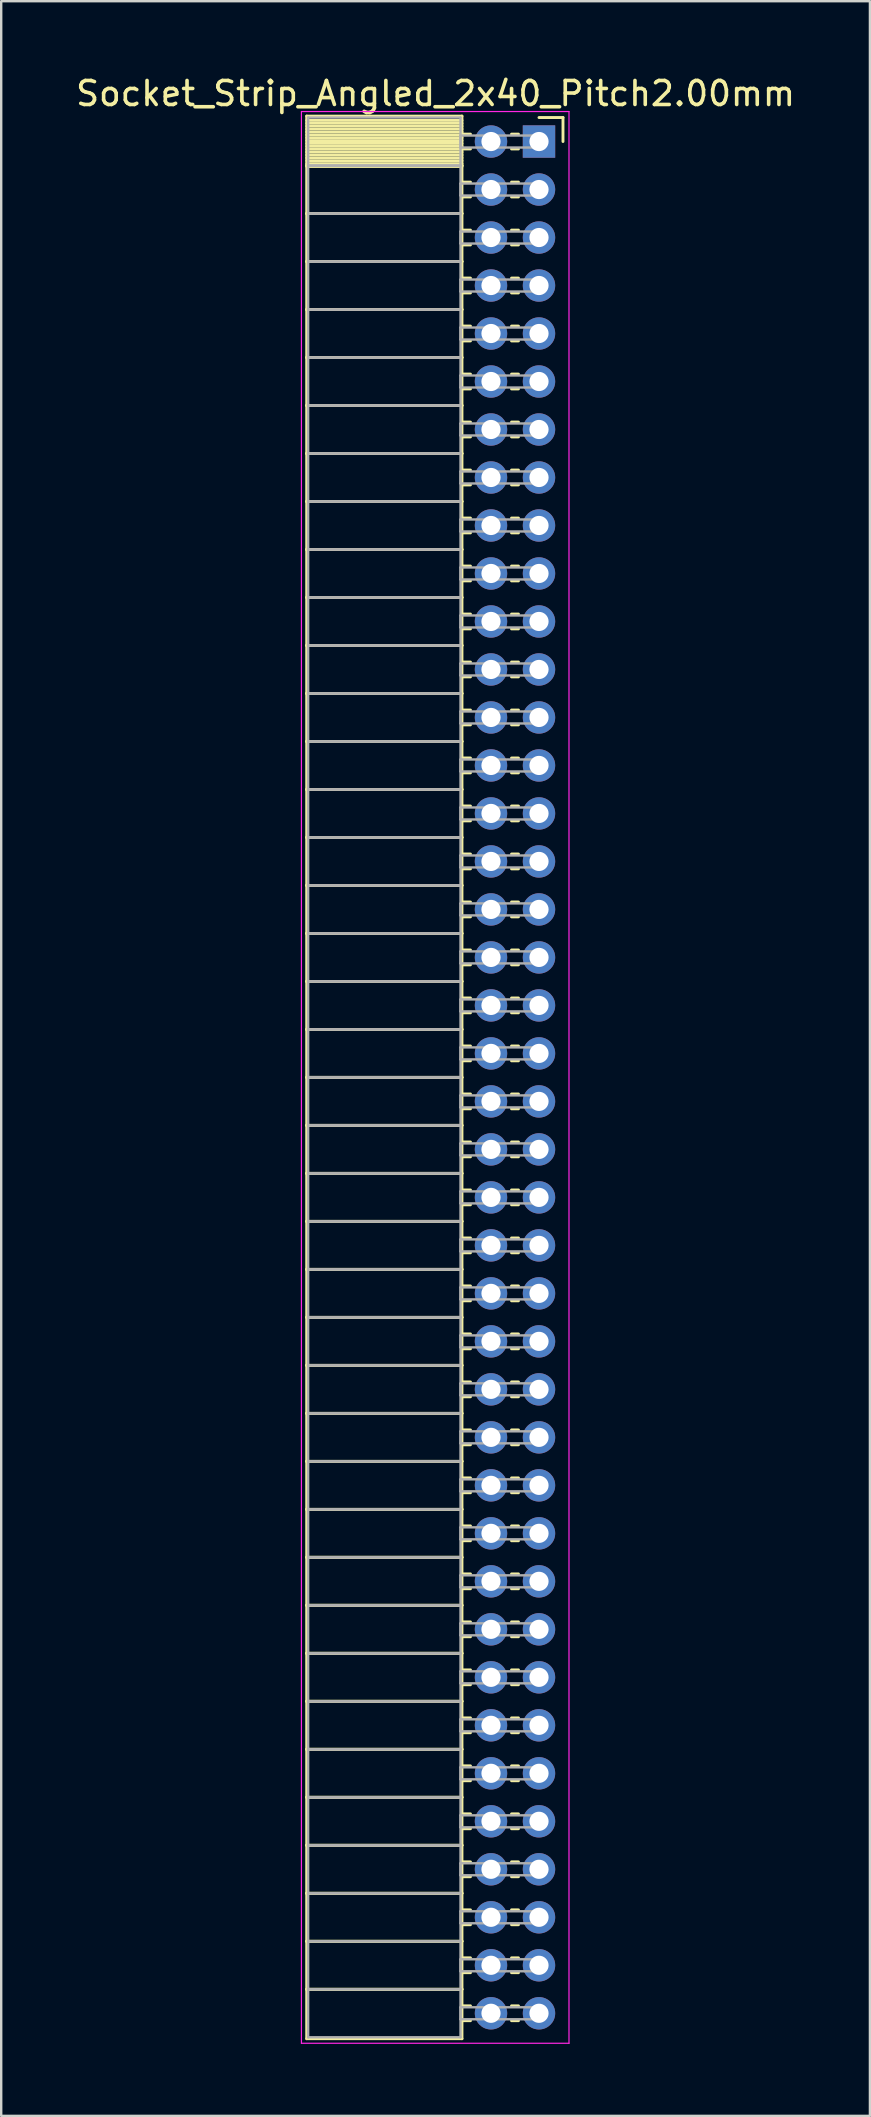
<source format=kicad_pcb>
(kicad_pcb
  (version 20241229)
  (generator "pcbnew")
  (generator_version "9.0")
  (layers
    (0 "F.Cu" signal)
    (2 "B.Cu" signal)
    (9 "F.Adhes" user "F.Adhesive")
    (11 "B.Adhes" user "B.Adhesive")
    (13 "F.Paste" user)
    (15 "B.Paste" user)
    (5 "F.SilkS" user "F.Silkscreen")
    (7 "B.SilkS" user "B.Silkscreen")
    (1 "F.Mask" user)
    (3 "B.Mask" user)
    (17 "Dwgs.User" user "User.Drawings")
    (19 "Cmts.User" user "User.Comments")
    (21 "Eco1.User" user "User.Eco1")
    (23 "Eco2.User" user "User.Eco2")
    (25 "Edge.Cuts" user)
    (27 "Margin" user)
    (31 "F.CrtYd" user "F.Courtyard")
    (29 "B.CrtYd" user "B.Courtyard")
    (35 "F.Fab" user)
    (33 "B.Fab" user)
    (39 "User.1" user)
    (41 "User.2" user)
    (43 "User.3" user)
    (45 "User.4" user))
  (footprint "Socket_Strip_Angled_2x40_Pitch2.00mm"
    (layer "F.Cu")
    (at 19.411 2.848)
    (property "Reference" "Socket_Strip_Angled_2x40_Pitch2.00mm" (at -4.31 -2 0) (layer "F.SilkS") (effects (font (size 1 1) (thickness 0.15))))
    (attr through_hole)
    (fp_line (start -9.68 -1.06) (end -3.21 -1.06) (stroke (width 0.12) (type solid)) (layer "F.SilkS"))
    (fp_line (start -9.68 1) (end -9.68 -1.06) (stroke (width 0.12) (type solid)) (layer "F.SilkS"))
    (fp_line (start -9.68 1) (end -3.21 1) (stroke (width 0.12) (type solid)) (layer "F.SilkS"))
    (fp_line (start -9.68 3) (end -9.68 1) (stroke (width 0.12) (type solid)) (layer "F.SilkS"))
    (fp_line (start -9.68 3) (end -3.21 3) (stroke (width 0.12) (type solid)) (layer "F.SilkS"))
    (fp_line (start -9.68 5) (end -9.68 3) (stroke (width 0.12) (type solid)) (layer "F.SilkS"))
    (fp_line (start -9.68 5) (end -3.21 5) (stroke (width 0.12) (type solid)) (layer "F.SilkS"))
    (fp_line (start -9.68 7) (end -9.68 5) (stroke (width 0.12) (type solid)) (layer "F.SilkS"))
    (fp_line (start -9.68 7) (end -3.21 7) (stroke (width 0.12) (type solid)) (layer "F.SilkS"))
    (fp_line (start -9.68 9) (end -9.68 7) (stroke (width 0.12) (type solid)) (layer "F.SilkS"))
    (fp_line (start -9.68 9) (end -3.21 9) (stroke (width 0.12) (type solid)) (layer "F.SilkS"))
    (fp_line (start -9.68 11) (end -9.68 9) (stroke (width 0.12) (type solid)) (layer "F.SilkS"))
    (fp_line (start -9.68 11) (end -3.21 11) (stroke (width 0.12) (type solid)) (layer "F.SilkS"))
    (fp_line (start -9.68 13) (end -9.68 11) (stroke (width 0.12) (type solid)) (layer "F.SilkS"))
    (fp_line (start -9.68 13) (end -3.21 13) (stroke (width 0.12) (type solid)) (layer "F.SilkS"))
    (fp_line (start -9.68 15) (end -9.68 13) (stroke (width 0.12) (type solid)) (layer "F.SilkS"))
    (fp_line (start -9.68 15) (end -3.21 15) (stroke (width 0.12) (type solid)) (layer "F.SilkS"))
    (fp_line (start -9.68 17) (end -9.68 15) (stroke (width 0.12) (type solid)) (layer "F.SilkS"))
    (fp_line (start -9.68 17) (end -3.21 17) (stroke (width 0.12) (type solid)) (layer "F.SilkS"))
    (fp_line (start -9.68 19) (end -9.68 17) (stroke (width 0.12) (type solid)) (layer "F.SilkS"))
    (fp_line (start -9.68 19) (end -3.21 19) (stroke (width 0.12) (type solid)) (layer "F.SilkS"))
    (fp_line (start -9.68 21) (end -9.68 19) (stroke (width 0.12) (type solid)) (layer "F.SilkS"))
    (fp_line (start -9.68 21) (end -3.21 21) (stroke (width 0.12) (type solid)) (layer "F.SilkS"))
    (fp_line (start -9.68 23) (end -9.68 21) (stroke (width 0.12) (type solid)) (layer "F.SilkS"))
    (fp_line (start -9.68 23) (end -3.21 23) (stroke (width 0.12) (type solid)) (layer "F.SilkS"))
    (fp_line (start -9.68 25) (end -9.68 23) (stroke (width 0.12) (type solid)) (layer "F.SilkS"))
    (fp_line (start -9.68 25) (end -3.21 25) (stroke (width 0.12) (type solid)) (layer "F.SilkS"))
    (fp_line (start -9.68 27) (end -9.68 25) (stroke (width 0.12) (type solid)) (layer "F.SilkS"))
    (fp_line (start -9.68 27) (end -3.21 27) (stroke (width 0.12) (type solid)) (layer "F.SilkS"))
    (fp_line (start -9.68 29) (end -9.68 27) (stroke (width 0.12) (type solid)) (layer "F.SilkS"))
    (fp_line (start -9.68 29) (end -3.21 29) (stroke (width 0.12) (type solid)) (layer "F.SilkS"))
    (fp_line (start -9.68 31) (end -9.68 29) (stroke (width 0.12) (type solid)) (layer "F.SilkS"))
    (fp_line (start -9.68 31) (end -3.21 31) (stroke (width 0.12) (type solid)) (layer "F.SilkS"))
    (fp_line (start -9.68 33) (end -9.68 31) (stroke (width 0.12) (type solid)) (layer "F.SilkS"))
    (fp_line (start -9.68 33) (end -3.21 33) (stroke (width 0.12) (type solid)) (layer "F.SilkS"))
    (fp_line (start -9.68 35) (end -9.68 33) (stroke (width 0.12) (type solid)) (layer "F.SilkS"))
    (fp_line (start -9.68 35) (end -3.21 35) (stroke (width 0.12) (type solid)) (layer "F.SilkS"))
    (fp_line (start -9.68 37) (end -9.68 35) (stroke (width 0.12) (type solid)) (layer "F.SilkS"))
    (fp_line (start -9.68 37) (end -3.21 37) (stroke (width 0.12) (type solid)) (layer "F.SilkS"))
    (fp_line (start -9.68 39) (end -9.68 37) (stroke (width 0.12) (type solid)) (layer "F.SilkS"))
    (fp_line (start -9.68 39) (end -3.21 39) (stroke (width 0.12) (type solid)) (layer "F.SilkS"))
    (fp_line (start -9.68 41) (end -9.68 39) (stroke (width 0.12) (type solid)) (layer "F.SilkS"))
    (fp_line (start -9.68 41) (end -3.21 41) (stroke (width 0.12) (type solid)) (layer "F.SilkS"))
    (fp_line (start -9.68 43) (end -9.68 41) (stroke (width 0.12) (type solid)) (layer "F.SilkS"))
    (fp_line (start -9.68 43) (end -3.21 43) (stroke (width 0.12) (type solid)) (layer "F.SilkS"))
    (fp_line (start -9.68 45) (end -9.68 43) (stroke (width 0.12) (type solid)) (layer "F.SilkS"))
    (fp_line (start -9.68 45) (end -3.21 45) (stroke (width 0.12) (type solid)) (layer "F.SilkS"))
    (fp_line (start -9.68 47) (end -9.68 45) (stroke (width 0.12) (type solid)) (layer "F.SilkS"))
    (fp_line (start -9.68 47) (end -3.21 47) (stroke (width 0.12) (type solid)) (layer "F.SilkS"))
    (fp_line (start -9.68 49) (end -9.68 47) (stroke (width 0.12) (type solid)) (layer "F.SilkS"))
    (fp_line (start -9.68 49) (end -3.21 49) (stroke (width 0.12) (type solid)) (layer "F.SilkS"))
    (fp_line (start -9.68 51) (end -9.68 49) (stroke (width 0.12) (type solid)) (layer "F.SilkS"))
    (fp_line (start -9.68 51) (end -3.21 51) (stroke (width 0.12) (type solid)) (layer "F.SilkS"))
    (fp_line (start -9.68 53) (end -9.68 51) (stroke (width 0.12) (type solid)) (layer "F.SilkS"))
    (fp_line (start -9.68 53) (end -3.21 53) (stroke (width 0.12) (type solid)) (layer "F.SilkS"))
    (fp_line (start -9.68 55) (end -9.68 53) (stroke (width 0.12) (type solid)) (layer "F.SilkS"))
    (fp_line (start -9.68 55) (end -3.21 55) (stroke (width 0.12) (type solid)) (layer "F.SilkS"))
    (fp_line (start -9.68 57) (end -9.68 55) (stroke (width 0.12) (type solid)) (layer "F.SilkS"))
    (fp_line (start -9.68 57) (end -3.21 57) (stroke (width 0.12) (type solid)) (layer "F.SilkS"))
    (fp_line (start -9.68 59) (end -9.68 57) (stroke (width 0.12) (type solid)) (layer "F.SilkS"))
    (fp_line (start -9.68 59) (end -3.21 59) (stroke (width 0.12) (type solid)) (layer "F.SilkS"))
    (fp_line (start -9.68 61) (end -9.68 59) (stroke (width 0.12) (type solid)) (layer "F.SilkS"))
    (fp_line (start -9.68 61) (end -3.21 61) (stroke (width 0.12) (type solid)) (layer "F.SilkS"))
    (fp_line (start -9.68 63) (end -9.68 61) (stroke (width 0.12) (type solid)) (layer "F.SilkS"))
    (fp_line (start -9.68 63) (end -3.21 63) (stroke (width 0.12) (type solid)) (layer "F.SilkS"))
    (fp_line (start -9.68 65) (end -9.68 63) (stroke (width 0.12) (type solid)) (layer "F.SilkS"))
    (fp_line (start -9.68 65) (end -3.21 65) (stroke (width 0.12) (type solid)) (layer "F.SilkS"))
    (fp_line (start -9.68 67) (end -9.68 65) (stroke (width 0.12) (type solid)) (layer "F.SilkS"))
    (fp_line (start -9.68 67) (end -3.21 67) (stroke (width 0.12) (type solid)) (layer "F.SilkS"))
    (fp_line (start -9.68 69) (end -9.68 67) (stroke (width 0.12) (type solid)) (layer "F.SilkS"))
    (fp_line (start -9.68 69) (end -3.21 69) (stroke (width 0.12) (type solid)) (layer "F.SilkS"))
    (fp_line (start -9.68 71) (end -9.68 69) (stroke (width 0.12) (type solid)) (layer "F.SilkS"))
    (fp_line (start -9.68 71) (end -3.21 71) (stroke (width 0.12) (type solid)) (layer "F.SilkS"))
    (fp_line (start -9.68 73) (end -9.68 71) (stroke (width 0.12) (type solid)) (layer "F.SilkS"))
    (fp_line (start -9.68 73) (end -3.21 73) (stroke (width 0.12) (type solid)) (layer "F.SilkS"))
    (fp_line (start -9.68 75) (end -9.68 73) (stroke (width 0.12) (type solid)) (layer "F.SilkS"))
    (fp_line (start -9.68 75) (end -3.21 75) (stroke (width 0.12) (type solid)) (layer "F.SilkS"))
    (fp_line (start -9.68 77) (end -9.68 75) (stroke (width 0.12) (type solid)) (layer "F.SilkS"))
    (fp_line (start -9.68 77) (end -3.21 77) (stroke (width 0.12) (type solid)) (layer "F.SilkS"))
    (fp_line (start -9.68 79.06) (end -9.68 77) (stroke (width 0.12) (type solid)) (layer "F.SilkS"))
    (fp_line (start -3.21 -1.06) (end -3.21 1) (stroke (width 0.12) (type solid)) (layer "F.SilkS"))
    (fp_line (start -3.21 -0.88) (end -9.68 -0.88) (stroke (width 0.12) (type solid)) (layer "F.SilkS"))
    (fp_line (start -3.21 -0.76) (end -9.68 -0.76) (stroke (width 0.12) (type solid)) (layer "F.SilkS"))
    (fp_line (start -3.21 -0.64) (end -9.68 -0.64) (stroke (width 0.12) (type solid)) (layer "F.SilkS"))
    (fp_line (start -3.21 -0.52) (end -9.68 -0.52) (stroke (width 0.12) (type solid)) (layer "F.SilkS"))
    (fp_line (start -3.21 -0.4) (end -9.68 -0.4) (stroke (width 0.12) (type solid)) (layer "F.SilkS"))
    (fp_line (start -3.21 -0.28) (end -9.68 -0.28) (stroke (width 0.12) (type solid)) (layer "F.SilkS"))
    (fp_line (start -3.21 -0.16) (end -9.68 -0.16) (stroke (width 0.12) (type solid)) (layer "F.SilkS"))
    (fp_line (start -3.21 -0.04) (end -9.68 -0.04) (stroke (width 0.12) (type solid)) (layer "F.SilkS"))
    (fp_line (start -3.21 0.08) (end -9.68 0.08) (stroke (width 0.12) (type solid)) (layer "F.SilkS"))
    (fp_line (start -3.21 0.2) (end -9.68 0.2) (stroke (width 0.12) (type solid)) (layer "F.SilkS"))
    (fp_line (start -3.21 0.32) (end -9.68 0.32) (stroke (width 0.12) (type solid)) (layer "F.SilkS"))
    (fp_line (start -3.21 0.44) (end -9.68 0.44) (stroke (width 0.12) (type solid)) (layer "F.SilkS"))
    (fp_line (start -3.21 0.56) (end -9.68 0.56) (stroke (width 0.12) (type solid)) (layer "F.SilkS"))
    (fp_line (start -3.21 0.68) (end -9.68 0.68) (stroke (width 0.12) (type solid)) (layer "F.SilkS"))
    (fp_line (start -3.21 0.8) (end -9.68 0.8) (stroke (width 0.12) (type solid)) (layer "F.SilkS"))
    (fp_line (start -3.21 0.92) (end -9.68 0.92) (stroke (width 0.12) (type solid)) (layer "F.SilkS"))
    (fp_line (start -3.21 1) (end -9.68 1) (stroke (width 0.12) (type solid)) (layer "F.SilkS"))
    (fp_line (start -3.21 1) (end -3.21 3) (stroke (width 0.12) (type solid)) (layer "F.SilkS"))
    (fp_line (start -3.21 1.04) (end -9.68 1.04) (stroke (width 0.12) (type solid)) (layer "F.SilkS"))
    (fp_line (start -3.21 3) (end -9.68 3) (stroke (width 0.12) (type solid)) (layer "F.SilkS"))
    (fp_line (start -3.21 3) (end -3.21 5) (stroke (width 0.12) (type solid)) (layer "F.SilkS"))
    (fp_line (start -3.21 5) (end -9.68 5) (stroke (width 0.12) (type solid)) (layer "F.SilkS"))
    (fp_line (start -3.21 5) (end -3.21 7) (stroke (width 0.12) (type solid)) (layer "F.SilkS"))
    (fp_line (start -3.21 7) (end -9.68 7) (stroke (width 0.12) (type solid)) (layer "F.SilkS"))
    (fp_line (start -3.21 7) (end -3.21 9) (stroke (width 0.12) (type solid)) (layer "F.SilkS"))
    (fp_line (start -3.21 9) (end -9.68 9) (stroke (width 0.12) (type solid)) (layer "F.SilkS"))
    (fp_line (start -3.21 9) (end -3.21 11) (stroke (width 0.12) (type solid)) (layer "F.SilkS"))
    (fp_line (start -3.21 11) (end -9.68 11) (stroke (width 0.12) (type solid)) (layer "F.SilkS"))
    (fp_line (start -3.21 11) (end -3.21 13) (stroke (width 0.12) (type solid)) (layer "F.SilkS"))
    (fp_line (start -3.21 13) (end -9.68 13) (stroke (width 0.12) (type solid)) (layer "F.SilkS"))
    (fp_line (start -3.21 13) (end -3.21 15) (stroke (width 0.12) (type solid)) (layer "F.SilkS"))
    (fp_line (start -3.21 15) (end -9.68 15) (stroke (width 0.12) (type solid)) (layer "F.SilkS"))
    (fp_line (start -3.21 15) (end -3.21 17) (stroke (width 0.12) (type solid)) (layer "F.SilkS"))
    (fp_line (start -3.21 17) (end -9.68 17) (stroke (width 0.12) (type solid)) (layer "F.SilkS"))
    (fp_line (start -3.21 17) (end -3.21 19) (stroke (width 0.12) (type solid)) (layer "F.SilkS"))
    (fp_line (start -3.21 19) (end -9.68 19) (stroke (width 0.12) (type solid)) (layer "F.SilkS"))
    (fp_line (start -3.21 19) (end -3.21 21) (stroke (width 0.12) (type solid)) (layer "F.SilkS"))
    (fp_line (start -3.21 21) (end -9.68 21) (stroke (width 0.12) (type solid)) (layer "F.SilkS"))
    (fp_line (start -3.21 21) (end -3.21 23) (stroke (width 0.12) (type solid)) (layer "F.SilkS"))
    (fp_line (start -3.21 23) (end -9.68 23) (stroke (width 0.12) (type solid)) (layer "F.SilkS"))
    (fp_line (start -3.21 23) (end -3.21 25) (stroke (width 0.12) (type solid)) (layer "F.SilkS"))
    (fp_line (start -3.21 25) (end -9.68 25) (stroke (width 0.12) (type solid)) (layer "F.SilkS"))
    (fp_line (start -3.21 25) (end -3.21 27) (stroke (width 0.12) (type solid)) (layer "F.SilkS"))
    (fp_line (start -3.21 27) (end -9.68 27) (stroke (width 0.12) (type solid)) (layer "F.SilkS"))
    (fp_line (start -3.21 27) (end -3.21 29) (stroke (width 0.12) (type solid)) (layer "F.SilkS"))
    (fp_line (start -3.21 29) (end -9.68 29) (stroke (width 0.12) (type solid)) (layer "F.SilkS"))
    (fp_line (start -3.21 29) (end -3.21 31) (stroke (width 0.12) (type solid)) (layer "F.SilkS"))
    (fp_line (start -3.21 31) (end -9.68 31) (stroke (width 0.12) (type solid)) (layer "F.SilkS"))
    (fp_line (start -3.21 31) (end -3.21 33) (stroke (width 0.12) (type solid)) (layer "F.SilkS"))
    (fp_line (start -3.21 33) (end -9.68 33) (stroke (width 0.12) (type solid)) (layer "F.SilkS"))
    (fp_line (start -3.21 33) (end -3.21 35) (stroke (width 0.12) (type solid)) (layer "F.SilkS"))
    (fp_line (start -3.21 35) (end -9.68 35) (stroke (width 0.12) (type solid)) (layer "F.SilkS"))
    (fp_line (start -3.21 35) (end -3.21 37) (stroke (width 0.12) (type solid)) (layer "F.SilkS"))
    (fp_line (start -3.21 37) (end -9.68 37) (stroke (width 0.12) (type solid)) (layer "F.SilkS"))
    (fp_line (start -3.21 37) (end -3.21 39) (stroke (width 0.12) (type solid)) (layer "F.SilkS"))
    (fp_line (start -3.21 39) (end -9.68 39) (stroke (width 0.12) (type solid)) (layer "F.SilkS"))
    (fp_line (start -3.21 39) (end -3.21 41) (stroke (width 0.12) (type solid)) (layer "F.SilkS"))
    (fp_line (start -3.21 41) (end -9.68 41) (stroke (width 0.12) (type solid)) (layer "F.SilkS"))
    (fp_line (start -3.21 41) (end -3.21 43) (stroke (width 0.12) (type solid)) (layer "F.SilkS"))
    (fp_line (start -3.21 43) (end -9.68 43) (stroke (width 0.12) (type solid)) (layer "F.SilkS"))
    (fp_line (start -3.21 43) (end -3.21 45) (stroke (width 0.12) (type solid)) (layer "F.SilkS"))
    (fp_line (start -3.21 45) (end -9.68 45) (stroke (width 0.12) (type solid)) (layer "F.SilkS"))
    (fp_line (start -3.21 45) (end -3.21 47) (stroke (width 0.12) (type solid)) (layer "F.SilkS"))
    (fp_line (start -3.21 47) (end -9.68 47) (stroke (width 0.12) (type solid)) (layer "F.SilkS"))
    (fp_line (start -3.21 47) (end -3.21 49) (stroke (width 0.12) (type solid)) (layer "F.SilkS"))
    (fp_line (start -3.21 49) (end -9.68 49) (stroke (width 0.12) (type solid)) (layer "F.SilkS"))
    (fp_line (start -3.21 49) (end -3.21 51) (stroke (width 0.12) (type solid)) (layer "F.SilkS"))
    (fp_line (start -3.21 51) (end -9.68 51) (stroke (width 0.12) (type solid)) (layer "F.SilkS"))
    (fp_line (start -3.21 51) (end -3.21 53) (stroke (width 0.12) (type solid)) (layer "F.SilkS"))
    (fp_line (start -3.21 53) (end -9.68 53) (stroke (width 0.12) (type solid)) (layer "F.SilkS"))
    (fp_line (start -3.21 53) (end -3.21 55) (stroke (width 0.12) (type solid)) (layer "F.SilkS"))
    (fp_line (start -3.21 55) (end -9.68 55) (stroke (width 0.12) (type solid)) (layer "F.SilkS"))
    (fp_line (start -3.21 55) (end -3.21 57) (stroke (width 0.12) (type solid)) (layer "F.SilkS"))
    (fp_line (start -3.21 57) (end -9.68 57) (stroke (width 0.12) (type solid)) (layer "F.SilkS"))
    (fp_line (start -3.21 57) (end -3.21 59) (stroke (width 0.12) (type solid)) (layer "F.SilkS"))
    (fp_line (start -3.21 59) (end -9.68 59) (stroke (width 0.12) (type solid)) (layer "F.SilkS"))
    (fp_line (start -3.21 59) (end -3.21 61) (stroke (width 0.12) (type solid)) (layer "F.SilkS"))
    (fp_line (start -3.21 61) (end -9.68 61) (stroke (width 0.12) (type solid)) (layer "F.SilkS"))
    (fp_line (start -3.21 61) (end -3.21 63) (stroke (width 0.12) (type solid)) (layer "F.SilkS"))
    (fp_line (start -3.21 63) (end -9.68 63) (stroke (width 0.12) (type solid)) (layer "F.SilkS"))
    (fp_line (start -3.21 63) (end -3.21 65) (stroke (width 0.12) (type solid)) (layer "F.SilkS"))
    (fp_line (start -3.21 65) (end -9.68 65) (stroke (width 0.12) (type solid)) (layer "F.SilkS"))
    (fp_line (start -3.21 65) (end -3.21 67) (stroke (width 0.12) (type solid)) (layer "F.SilkS"))
    (fp_line (start -3.21 67) (end -9.68 67) (stroke (width 0.12) (type solid)) (layer "F.SilkS"))
    (fp_line (start -3.21 67) (end -3.21 69) (stroke (width 0.12) (type solid)) (layer "F.SilkS"))
    (fp_line (start -3.21 69) (end -9.68 69) (stroke (width 0.12) (type solid)) (layer "F.SilkS"))
    (fp_line (start -3.21 69) (end -3.21 71) (stroke (width 0.12) (type solid)) (layer "F.SilkS"))
    (fp_line (start -3.21 71) (end -9.68 71) (stroke (width 0.12) (type solid)) (layer "F.SilkS"))
    (fp_line (start -3.21 71) (end -3.21 73) (stroke (width 0.12) (type solid)) (layer "F.SilkS"))
    (fp_line (start -3.21 73) (end -9.68 73) (stroke (width 0.12) (type solid)) (layer "F.SilkS"))
    (fp_line (start -3.21 73) (end -3.21 75) (stroke (width 0.12) (type solid)) (layer "F.SilkS"))
    (fp_line (start -3.21 75) (end -9.68 75) (stroke (width 0.12) (type solid)) (layer "F.SilkS"))
    (fp_line (start -3.21 75) (end -3.21 77) (stroke (width 0.12) (type solid)) (layer "F.SilkS"))
    (fp_line (start -3.21 77) (end -9.68 77) (stroke (width 0.12) (type solid)) (layer "F.SilkS"))
    (fp_line (start -3.21 77) (end -3.21 79.06) (stroke (width 0.12) (type solid)) (layer "F.SilkS"))
    (fp_line (start -3.21 79.06) (end -9.68 79.06) (stroke (width 0.12) (type solid)) (layer "F.SilkS"))
    (fp_line (start -2.855 -0.31) (end -3.21 -0.31) (stroke (width 0.12) (type solid)) (layer "F.SilkS"))
    (fp_line (start -2.855 0.31) (end -3.21 0.31) (stroke (width 0.12) (type solid)) (layer "F.SilkS"))
    (fp_line (start -2.855 1.69) (end -3.21 1.69) (stroke (width 0.12) (type solid)) (layer "F.SilkS"))
    (fp_line (start -2.855 2.31) (end -3.21 2.31) (stroke (width 0.12) (type solid)) (layer "F.SilkS"))
    (fp_line (start -2.855 3.69) (end -3.21 3.69) (stroke (width 0.12) (type solid)) (layer "F.SilkS"))
    (fp_line (start -2.855 4.31) (end -3.21 4.31) (stroke (width 0.12) (type solid)) (layer "F.SilkS"))
    (fp_line (start -2.855 5.69) (end -3.21 5.69) (stroke (width 0.12) (type solid)) (layer "F.SilkS"))
    (fp_line (start -2.855 6.31) (end -3.21 6.31) (stroke (width 0.12) (type solid)) (layer "F.SilkS"))
    (fp_line (start -2.855 7.69) (end -3.21 7.69) (stroke (width 0.12) (type solid)) (layer "F.SilkS"))
    (fp_line (start -2.855 8.31) (end -3.21 8.31) (stroke (width 0.12) (type solid)) (layer "F.SilkS"))
    (fp_line (start -2.855 9.69) (end -3.21 9.69) (stroke (width 0.12) (type solid)) (layer "F.SilkS"))
    (fp_line (start -2.855 10.31) (end -3.21 10.31) (stroke (width 0.12) (type solid)) (layer "F.SilkS"))
    (fp_line (start -2.855 11.69) (end -3.21 11.69) (stroke (width 0.12) (type solid)) (layer "F.SilkS"))
    (fp_line (start -2.855 12.31) (end -3.21 12.31) (stroke (width 0.12) (type solid)) (layer "F.SilkS"))
    (fp_line (start -2.855 13.69) (end -3.21 13.69) (stroke (width 0.12) (type solid)) (layer "F.SilkS"))
    (fp_line (start -2.855 14.31) (end -3.21 14.31) (stroke (width 0.12) (type solid)) (layer "F.SilkS"))
    (fp_line (start -2.855 15.69) (end -3.21 15.69) (stroke (width 0.12) (type solid)) (layer "F.SilkS"))
    (fp_line (start -2.855 16.31) (end -3.21 16.31) (stroke (width 0.12) (type solid)) (layer "F.SilkS"))
    (fp_line (start -2.855 17.69) (end -3.21 17.69) (stroke (width 0.12) (type solid)) (layer "F.SilkS"))
    (fp_line (start -2.855 18.31) (end -3.21 18.31) (stroke (width 0.12) (type solid)) (layer "F.SilkS"))
    (fp_line (start -2.855 19.69) (end -3.21 19.69) (stroke (width 0.12) (type solid)) (layer "F.SilkS"))
    (fp_line (start -2.855 20.31) (end -3.21 20.31) (stroke (width 0.12) (type solid)) (layer "F.SilkS"))
    (fp_line (start -2.855 21.69) (end -3.21 21.69) (stroke (width 0.12) (type solid)) (layer "F.SilkS"))
    (fp_line (start -2.855 22.31) (end -3.21 22.31) (stroke (width 0.12) (type solid)) (layer "F.SilkS"))
    (fp_line (start -2.855 23.69) (end -3.21 23.69) (stroke (width 0.12) (type solid)) (layer "F.SilkS"))
    (fp_line (start -2.855 24.31) (end -3.21 24.31) (stroke (width 0.12) (type solid)) (layer "F.SilkS"))
    (fp_line (start -2.855 25.69) (end -3.21 25.69) (stroke (width 0.12) (type solid)) (layer "F.SilkS"))
    (fp_line (start -2.855 26.31) (end -3.21 26.31) (stroke (width 0.12) (type solid)) (layer "F.SilkS"))
    (fp_line (start -2.855 27.69) (end -3.21 27.69) (stroke (width 0.12) (type solid)) (layer "F.SilkS"))
    (fp_line (start -2.855 28.31) (end -3.21 28.31) (stroke (width 0.12) (type solid)) (layer "F.SilkS"))
    (fp_line (start -2.855 29.69) (end -3.21 29.69) (stroke (width 0.12) (type solid)) (layer "F.SilkS"))
    (fp_line (start -2.855 30.31) (end -3.21 30.31) (stroke (width 0.12) (type solid)) (layer "F.SilkS"))
    (fp_line (start -2.855 31.69) (end -3.21 31.69) (stroke (width 0.12) (type solid)) (layer "F.SilkS"))
    (fp_line (start -2.855 32.31) (end -3.21 32.31) (stroke (width 0.12) (type solid)) (layer "F.SilkS"))
    (fp_line (start -2.855 33.69) (end -3.21 33.69) (stroke (width 0.12) (type solid)) (layer "F.SilkS"))
    (fp_line (start -2.855 34.31) (end -3.21 34.31) (stroke (width 0.12) (type solid)) (layer "F.SilkS"))
    (fp_line (start -2.855 35.69) (end -3.21 35.69) (stroke (width 0.12) (type solid)) (layer "F.SilkS"))
    (fp_line (start -2.855 36.31) (end -3.21 36.31) (stroke (width 0.12) (type solid)) (layer "F.SilkS"))
    (fp_line (start -2.855 37.69) (end -3.21 37.69) (stroke (width 0.12) (type solid)) (layer "F.SilkS"))
    (fp_line (start -2.855 38.31) (end -3.21 38.31) (stroke (width 0.12) (type solid)) (layer "F.SilkS"))
    (fp_line (start -2.855 39.69) (end -3.21 39.69) (stroke (width 0.12) (type solid)) (layer "F.SilkS"))
    (fp_line (start -2.855 40.31) (end -3.21 40.31) (stroke (width 0.12) (type solid)) (layer "F.SilkS"))
    (fp_line (start -2.855 41.69) (end -3.21 41.69) (stroke (width 0.12) (type solid)) (layer "F.SilkS"))
    (fp_line (start -2.855 42.31) (end -3.21 42.31) (stroke (width 0.12) (type solid)) (layer "F.SilkS"))
    (fp_line (start -2.855 43.69) (end -3.21 43.69) (stroke (width 0.12) (type solid)) (layer "F.SilkS"))
    (fp_line (start -2.855 44.31) (end -3.21 44.31) (stroke (width 0.12) (type solid)) (layer "F.SilkS"))
    (fp_line (start -2.855 45.69) (end -3.21 45.69) (stroke (width 0.12) (type solid)) (layer "F.SilkS"))
    (fp_line (start -2.855 46.31) (end -3.21 46.31) (stroke (width 0.12) (type solid)) (layer "F.SilkS"))
    (fp_line (start -2.855 47.69) (end -3.21 47.69) (stroke (width 0.12) (type solid)) (layer "F.SilkS"))
    (fp_line (start -2.855 48.31) (end -3.21 48.31) (stroke (width 0.12) (type solid)) (layer "F.SilkS"))
    (fp_line (start -2.855 49.69) (end -3.21 49.69) (stroke (width 0.12) (type solid)) (layer "F.SilkS"))
    (fp_line (start -2.855 50.31) (end -3.21 50.31) (stroke (width 0.12) (type solid)) (layer "F.SilkS"))
    (fp_line (start -2.855 51.69) (end -3.21 51.69) (stroke (width 0.12) (type solid)) (layer "F.SilkS"))
    (fp_line (start -2.855 52.31) (end -3.21 52.31) (stroke (width 0.12) (type solid)) (layer "F.SilkS"))
    (fp_line (start -2.855 53.69) (end -3.21 53.69) (stroke (width 0.12) (type solid)) (layer "F.SilkS"))
    (fp_line (start -2.855 54.31) (end -3.21 54.31) (stroke (width 0.12) (type solid)) (layer "F.SilkS"))
    (fp_line (start -2.855 55.69) (end -3.21 55.69) (stroke (width 0.12) (type solid)) (layer "F.SilkS"))
    (fp_line (start -2.855 56.31) (end -3.21 56.31) (stroke (width 0.12) (type solid)) (layer "F.SilkS"))
    (fp_line (start -2.855 57.69) (end -3.21 57.69) (stroke (width 0.12) (type solid)) (layer "F.SilkS"))
    (fp_line (start -2.855 58.31) (end -3.21 58.31) (stroke (width 0.12) (type solid)) (layer "F.SilkS"))
    (fp_line (start -2.855 59.69) (end -3.21 59.69) (stroke (width 0.12) (type solid)) (layer "F.SilkS"))
    (fp_line (start -2.855 60.31) (end -3.21 60.31) (stroke (width 0.12) (type solid)) (layer "F.SilkS"))
    (fp_line (start -2.855 61.69) (end -3.21 61.69) (stroke (width 0.12) (type solid)) (layer "F.SilkS"))
    (fp_line (start -2.855 62.31) (end -3.21 62.31) (stroke (width 0.12) (type solid)) (layer "F.SilkS"))
    (fp_line (start -2.855 63.69) (end -3.21 63.69) (stroke (width 0.12) (type solid)) (layer "F.SilkS"))
    (fp_line (start -2.855 64.31) (end -3.21 64.31) (stroke (width 0.12) (type solid)) (layer "F.SilkS"))
    (fp_line (start -2.855 65.69) (end -3.21 65.69) (stroke (width 0.12) (type solid)) (layer "F.SilkS"))
    (fp_line (start -2.855 66.31) (end -3.21 66.31) (stroke (width 0.12) (type solid)) (layer "F.SilkS"))
    (fp_line (start -2.855 67.69) (end -3.21 67.69) (stroke (width 0.12) (type solid)) (layer "F.SilkS"))
    (fp_line (start -2.855 68.31) (end -3.21 68.31) (stroke (width 0.12) (type solid)) (layer "F.SilkS"))
    (fp_line (start -2.855 69.69) (end -3.21 69.69) (stroke (width 0.12) (type solid)) (layer "F.SilkS"))
    (fp_line (start -2.855 70.31) (end -3.21 70.31) (stroke (width 0.12) (type solid)) (layer "F.SilkS"))
    (fp_line (start -2.855 71.69) (end -3.21 71.69) (stroke (width 0.12) (type solid)) (layer "F.SilkS"))
    (fp_line (start -2.855 72.31) (end -3.21 72.31) (stroke (width 0.12) (type solid)) (layer "F.SilkS"))
    (fp_line (start -2.855 73.69) (end -3.21 73.69) (stroke (width 0.12) (type solid)) (layer "F.SilkS"))
    (fp_line (start -2.855 74.31) (end -3.21 74.31) (stroke (width 0.12) (type solid)) (layer "F.SilkS"))
    (fp_line (start -2.855 75.69) (end -3.21 75.69) (stroke (width 0.12) (type solid)) (layer "F.SilkS"))
    (fp_line (start -2.855 76.31) (end -3.21 76.31) (stroke (width 0.12) (type solid)) (layer "F.SilkS"))
    (fp_line (start -2.855 77.69) (end -3.21 77.69) (stroke (width 0.12) (type solid)) (layer "F.SilkS"))
    (fp_line (start -2.855 78.31) (end -3.21 78.31) (stroke (width 0.12) (type solid)) (layer "F.SilkS"))
    (fp_line (start -0.855 -0.31) (end -1.145 -0.31) (stroke (width 0.12) (type solid)) (layer "F.SilkS"))
    (fp_line (start -0.855 0.31) (end -1.145 0.31) (stroke (width 0.12) (type solid)) (layer "F.SilkS"))
    (fp_line (start -0.855 1.69) (end -1.145 1.69) (stroke (width 0.12) (type solid)) (layer "F.SilkS"))
    (fp_line (start -0.855 2.31) (end -1.145 2.31) (stroke (width 0.12) (type solid)) (layer "F.SilkS"))
    (fp_line (start -0.855 3.69) (end -1.145 3.69) (stroke (width 0.12) (type solid)) (layer "F.SilkS"))
    (fp_line (start -0.855 4.31) (end -1.145 4.31) (stroke (width 0.12) (type solid)) (layer "F.SilkS"))
    (fp_line (start -0.855 5.69) (end -1.145 5.69) (stroke (width 0.12) (type solid)) (layer "F.SilkS"))
    (fp_line (start -0.855 6.31) (end -1.145 6.31) (stroke (width 0.12) (type solid)) (layer "F.SilkS"))
    (fp_line (start -0.855 7.69) (end -1.145 7.69) (stroke (width 0.12) (type solid)) (layer "F.SilkS"))
    (fp_line (start -0.855 8.31) (end -1.145 8.31) (stroke (width 0.12) (type solid)) (layer "F.SilkS"))
    (fp_line (start -0.855 9.69) (end -1.145 9.69) (stroke (width 0.12) (type solid)) (layer "F.SilkS"))
    (fp_line (start -0.855 10.31) (end -1.145 10.31) (stroke (width 0.12) (type solid)) (layer "F.SilkS"))
    (fp_line (start -0.855 11.69) (end -1.145 11.69) (stroke (width 0.12) (type solid)) (layer "F.SilkS"))
    (fp_line (start -0.855 12.31) (end -1.145 12.31) (stroke (width 0.12) (type solid)) (layer "F.SilkS"))
    (fp_line (start -0.855 13.69) (end -1.145 13.69) (stroke (width 0.12) (type solid)) (layer "F.SilkS"))
    (fp_line (start -0.855 14.31) (end -1.145 14.31) (stroke (width 0.12) (type solid)) (layer "F.SilkS"))
    (fp_line (start -0.855 15.69) (end -1.145 15.69) (stroke (width 0.12) (type solid)) (layer "F.SilkS"))
    (fp_line (start -0.855 16.31) (end -1.145 16.31) (stroke (width 0.12) (type solid)) (layer "F.SilkS"))
    (fp_line (start -0.855 17.69) (end -1.145 17.69) (stroke (width 0.12) (type solid)) (layer "F.SilkS"))
    (fp_line (start -0.855 18.31) (end -1.145 18.31) (stroke (width 0.12) (type solid)) (layer "F.SilkS"))
    (fp_line (start -0.855 19.69) (end -1.145 19.69) (stroke (width 0.12) (type solid)) (layer "F.SilkS"))
    (fp_line (start -0.855 20.31) (end -1.145 20.31) (stroke (width 0.12) (type solid)) (layer "F.SilkS"))
    (fp_line (start -0.855 21.69) (end -1.145 21.69) (stroke (width 0.12) (type solid)) (layer "F.SilkS"))
    (fp_line (start -0.855 22.31) (end -1.145 22.31) (stroke (width 0.12) (type solid)) (layer "F.SilkS"))
    (fp_line (start -0.855 23.69) (end -1.145 23.69) (stroke (width 0.12) (type solid)) (layer "F.SilkS"))
    (fp_line (start -0.855 24.31) (end -1.145 24.31) (stroke (width 0.12) (type solid)) (layer "F.SilkS"))
    (fp_line (start -0.855 25.69) (end -1.145 25.69) (stroke (width 0.12) (type solid)) (layer "F.SilkS"))
    (fp_line (start -0.855 26.31) (end -1.145 26.31) (stroke (width 0.12) (type solid)) (layer "F.SilkS"))
    (fp_line (start -0.855 27.69) (end -1.145 27.69) (stroke (width 0.12) (type solid)) (layer "F.SilkS"))
    (fp_line (start -0.855 28.31) (end -1.145 28.31) (stroke (width 0.12) (type solid)) (layer "F.SilkS"))
    (fp_line (start -0.855 29.69) (end -1.145 29.69) (stroke (width 0.12) (type solid)) (layer "F.SilkS"))
    (fp_line (start -0.855 30.31) (end -1.145 30.31) (stroke (width 0.12) (type solid)) (layer "F.SilkS"))
    (fp_line (start -0.855 31.69) (end -1.145 31.69) (stroke (width 0.12) (type solid)) (layer "F.SilkS"))
    (fp_line (start -0.855 32.31) (end -1.145 32.31) (stroke (width 0.12) (type solid)) (layer "F.SilkS"))
    (fp_line (start -0.855 33.69) (end -1.145 33.69) (stroke (width 0.12) (type solid)) (layer "F.SilkS"))
    (fp_line (start -0.855 34.31) (end -1.145 34.31) (stroke (width 0.12) (type solid)) (layer "F.SilkS"))
    (fp_line (start -0.855 35.69) (end -1.145 35.69) (stroke (width 0.12) (type solid)) (layer "F.SilkS"))
    (fp_line (start -0.855 36.31) (end -1.145 36.31) (stroke (width 0.12) (type solid)) (layer "F.SilkS"))
    (fp_line (start -0.855 37.69) (end -1.145 37.69) (stroke (width 0.12) (type solid)) (layer "F.SilkS"))
    (fp_line (start -0.855 38.31) (end -1.145 38.31) (stroke (width 0.12) (type solid)) (layer "F.SilkS"))
    (fp_line (start -0.855 39.69) (end -1.145 39.69) (stroke (width 0.12) (type solid)) (layer "F.SilkS"))
    (fp_line (start -0.855 40.31) (end -1.145 40.31) (stroke (width 0.12) (type solid)) (layer "F.SilkS"))
    (fp_line (start -0.855 41.69) (end -1.145 41.69) (stroke (width 0.12) (type solid)) (layer "F.SilkS"))
    (fp_line (start -0.855 42.31) (end -1.145 42.31) (stroke (width 0.12) (type solid)) (layer "F.SilkS"))
    (fp_line (start -0.855 43.69) (end -1.145 43.69) (stroke (width 0.12) (type solid)) (layer "F.SilkS"))
    (fp_line (start -0.855 44.31) (end -1.145 44.31) (stroke (width 0.12) (type solid)) (layer "F.SilkS"))
    (fp_line (start -0.855 45.69) (end -1.145 45.69) (stroke (width 0.12) (type solid)) (layer "F.SilkS"))
    (fp_line (start -0.855 46.31) (end -1.145 46.31) (stroke (width 0.12) (type solid)) (layer "F.SilkS"))
    (fp_line (start -0.855 47.69) (end -1.145 47.69) (stroke (width 0.12) (type solid)) (layer "F.SilkS"))
    (fp_line (start -0.855 48.31) (end -1.145 48.31) (stroke (width 0.12) (type solid)) (layer "F.SilkS"))
    (fp_line (start -0.855 49.69) (end -1.145 49.69) (stroke (width 0.12) (type solid)) (layer "F.SilkS"))
    (fp_line (start -0.855 50.31) (end -1.145 50.31) (stroke (width 0.12) (type solid)) (layer "F.SilkS"))
    (fp_line (start -0.855 51.69) (end -1.145 51.69) (stroke (width 0.12) (type solid)) (layer "F.SilkS"))
    (fp_line (start -0.855 52.31) (end -1.145 52.31) (stroke (width 0.12) (type solid)) (layer "F.SilkS"))
    (fp_line (start -0.855 53.69) (end -1.145 53.69) (stroke (width 0.12) (type solid)) (layer "F.SilkS"))
    (fp_line (start -0.855 54.31) (end -1.145 54.31) (stroke (width 0.12) (type solid)) (layer "F.SilkS"))
    (fp_line (start -0.855 55.69) (end -1.145 55.69) (stroke (width 0.12) (type solid)) (layer "F.SilkS"))
    (fp_line (start -0.855 56.31) (end -1.145 56.31) (stroke (width 0.12) (type solid)) (layer "F.SilkS"))
    (fp_line (start -0.855 57.69) (end -1.145 57.69) (stroke (width 0.12) (type solid)) (layer "F.SilkS"))
    (fp_line (start -0.855 58.31) (end -1.145 58.31) (stroke (width 0.12) (type solid)) (layer "F.SilkS"))
    (fp_line (start -0.855 59.69) (end -1.145 59.69) (stroke (width 0.12) (type solid)) (layer "F.SilkS"))
    (fp_line (start -0.855 60.31) (end -1.145 60.31) (stroke (width 0.12) (type solid)) (layer "F.SilkS"))
    (fp_line (start -0.855 61.69) (end -1.145 61.69) (stroke (width 0.12) (type solid)) (layer "F.SilkS"))
    (fp_line (start -0.855 62.31) (end -1.145 62.31) (stroke (width 0.12) (type solid)) (layer "F.SilkS"))
    (fp_line (start -0.855 63.69) (end -1.145 63.69) (stroke (width 0.12) (type solid)) (layer "F.SilkS"))
    (fp_line (start -0.855 64.31) (end -1.145 64.31) (stroke (width 0.12) (type solid)) (layer "F.SilkS"))
    (fp_line (start -0.855 65.69) (end -1.145 65.69) (stroke (width 0.12) (type solid)) (layer "F.SilkS"))
    (fp_line (start -0.855 66.31) (end -1.145 66.31) (stroke (width 0.12) (type solid)) (layer "F.SilkS"))
    (fp_line (start -0.855 67.69) (end -1.145 67.69) (stroke (width 0.12) (type solid)) (layer "F.SilkS"))
    (fp_line (start -0.855 68.31) (end -1.145 68.31) (stroke (width 0.12) (type solid)) (layer "F.SilkS"))
    (fp_line (start -0.855 69.69) (end -1.145 69.69) (stroke (width 0.12) (type solid)) (layer "F.SilkS"))
    (fp_line (start -0.855 70.31) (end -1.145 70.31) (stroke (width 0.12) (type solid)) (layer "F.SilkS"))
    (fp_line (start -0.855 71.69) (end -1.145 71.69) (stroke (width 0.12) (type solid)) (layer "F.SilkS"))
    (fp_line (start -0.855 72.31) (end -1.145 72.31) (stroke (width 0.12) (type solid)) (layer "F.SilkS"))
    (fp_line (start -0.855 73.69) (end -1.145 73.69) (stroke (width 0.12) (type solid)) (layer "F.SilkS"))
    (fp_line (start -0.855 74.31) (end -1.145 74.31) (stroke (width 0.12) (type solid)) (layer "F.SilkS"))
    (fp_line (start -0.855 75.69) (end -1.145 75.69) (stroke (width 0.12) (type solid)) (layer "F.SilkS"))
    (fp_line (start -0.855 76.31) (end -1.145 76.31) (stroke (width 0.12) (type solid)) (layer "F.SilkS"))
    (fp_line (start -0.855 77.69) (end -1.145 77.69) (stroke (width 0.12) (type solid)) (layer "F.SilkS"))
    (fp_line (start -0.855 78.31) (end -1.145 78.31) (stroke (width 0.12) (type solid)) (layer "F.SilkS"))
    (fp_line (start 0 -1) (end 1 -1) (stroke (width 0.12) (type solid)) (layer "F.SilkS"))
    (fp_line (start 1 -1) (end 1 0) (stroke (width 0.12) (type solid)) (layer "F.SilkS"))
    (fp_line (start -9.9 -1.25) (end 1.25 -1.25) (stroke (width 0.05) (type solid)) (layer "F.CrtYd"))
    (fp_line (start -9.9 79.25) (end -9.9 -1.25) (stroke (width 0.05) (type solid)) (layer "F.CrtYd"))
    (fp_line (start 1.25 -1.25) (end 1.25 79.25) (stroke (width 0.05) (type solid)) (layer "F.CrtYd"))
    (fp_line (start 1.25 79.25) (end -9.9 79.25) (stroke (width 0.05) (type solid)) (layer "F.CrtYd"))
    (fp_line (start -9.62 -1) (end -3.27 -1) (stroke (width 0.1) (type solid)) (layer "F.Fab"))
    (fp_line (start -9.62 1) (end -9.62 -1) (stroke (width 0.1) (type solid)) (layer "F.Fab"))
    (fp_line (start -9.62 1) (end -3.27 1) (stroke (width 0.1) (type solid)) (layer "F.Fab"))
    (fp_line (start -9.62 3) (end -9.62 1) (stroke (width 0.1) (type solid)) (layer "F.Fab"))
    (fp_line (start -9.62 3) (end -3.27 3) (stroke (width 0.1) (type solid)) (layer "F.Fab"))
    (fp_line (start -9.62 5) (end -9.62 3) (stroke (width 0.1) (type solid)) (layer "F.Fab"))
    (fp_line (start -9.62 5) (end -3.27 5) (stroke (width 0.1) (type solid)) (layer "F.Fab"))
    (fp_line (start -9.62 7) (end -9.62 5) (stroke (width 0.1) (type solid)) (layer "F.Fab"))
    (fp_line (start -9.62 7) (end -3.27 7) (stroke (width 0.1) (type solid)) (layer "F.Fab"))
    (fp_line (start -9.62 9) (end -9.62 7) (stroke (width 0.1) (type solid)) (layer "F.Fab"))
    (fp_line (start -9.62 9) (end -3.27 9) (stroke (width 0.1) (type solid)) (layer "F.Fab"))
    (fp_line (start -9.62 11) (end -9.62 9) (stroke (width 0.1) (type solid)) (layer "F.Fab"))
    (fp_line (start -9.62 11) (end -3.27 11) (stroke (width 0.1) (type solid)) (layer "F.Fab"))
    (fp_line (start -9.62 13) (end -9.62 11) (stroke (width 0.1) (type solid)) (layer "F.Fab"))
    (fp_line (start -9.62 13) (end -3.27 13) (stroke (width 0.1) (type solid)) (layer "F.Fab"))
    (fp_line (start -9.62 15) (end -9.62 13) (stroke (width 0.1) (type solid)) (layer "F.Fab"))
    (fp_line (start -9.62 15) (end -3.27 15) (stroke (width 0.1) (type solid)) (layer "F.Fab"))
    (fp_line (start -9.62 17) (end -9.62 15) (stroke (width 0.1) (type solid)) (layer "F.Fab"))
    (fp_line (start -9.62 17) (end -3.27 17) (stroke (width 0.1) (type solid)) (layer "F.Fab"))
    (fp_line (start -9.62 19) (end -9.62 17) (stroke (width 0.1) (type solid)) (layer "F.Fab"))
    (fp_line (start -9.62 19) (end -3.27 19) (stroke (width 0.1) (type solid)) (layer "F.Fab"))
    (fp_line (start -9.62 21) (end -9.62 19) (stroke (width 0.1) (type solid)) (layer "F.Fab"))
    (fp_line (start -9.62 21) (end -3.27 21) (stroke (width 0.1) (type solid)) (layer "F.Fab"))
    (fp_line (start -9.62 23) (end -9.62 21) (stroke (width 0.1) (type solid)) (layer "F.Fab"))
    (fp_line (start -9.62 23) (end -3.27 23) (stroke (width 0.1) (type solid)) (layer "F.Fab"))
    (fp_line (start -9.62 25) (end -9.62 23) (stroke (width 0.1) (type solid)) (layer "F.Fab"))
    (fp_line (start -9.62 25) (end -3.27 25) (stroke (width 0.1) (type solid)) (layer "F.Fab"))
    (fp_line (start -9.62 27) (end -9.62 25) (stroke (width 0.1) (type solid)) (layer "F.Fab"))
    (fp_line (start -9.62 27) (end -3.27 27) (stroke (width 0.1) (type solid)) (layer "F.Fab"))
    (fp_line (start -9.62 29) (end -9.62 27) (stroke (width 0.1) (type solid)) (layer "F.Fab"))
    (fp_line (start -9.62 29) (end -3.27 29) (stroke (width 0.1) (type solid)) (layer "F.Fab"))
    (fp_line (start -9.62 31) (end -9.62 29) (stroke (width 0.1) (type solid)) (layer "F.Fab"))
    (fp_line (start -9.62 31) (end -3.27 31) (stroke (width 0.1) (type solid)) (layer "F.Fab"))
    (fp_line (start -9.62 33) (end -9.62 31) (stroke (width 0.1) (type solid)) (layer "F.Fab"))
    (fp_line (start -9.62 33) (end -3.27 33) (stroke (width 0.1) (type solid)) (layer "F.Fab"))
    (fp_line (start -9.62 35) (end -9.62 33) (stroke (width 0.1) (type solid)) (layer "F.Fab"))
    (fp_line (start -9.62 35) (end -3.27 35) (stroke (width 0.1) (type solid)) (layer "F.Fab"))
    (fp_line (start -9.62 37) (end -9.62 35) (stroke (width 0.1) (type solid)) (layer "F.Fab"))
    (fp_line (start -9.62 37) (end -3.27 37) (stroke (width 0.1) (type solid)) (layer "F.Fab"))
    (fp_line (start -9.62 39) (end -9.62 37) (stroke (width 0.1) (type solid)) (layer "F.Fab"))
    (fp_line (start -9.62 39) (end -3.27 39) (stroke (width 0.1) (type solid)) (layer "F.Fab"))
    (fp_line (start -9.62 41) (end -9.62 39) (stroke (width 0.1) (type solid)) (layer "F.Fab"))
    (fp_line (start -9.62 41) (end -3.27 41) (stroke (width 0.1) (type solid)) (layer "F.Fab"))
    (fp_line (start -9.62 43) (end -9.62 41) (stroke (width 0.1) (type solid)) (layer "F.Fab"))
    (fp_line (start -9.62 43) (end -3.27 43) (stroke (width 0.1) (type solid)) (layer "F.Fab"))
    (fp_line (start -9.62 45) (end -9.62 43) (stroke (width 0.1) (type solid)) (layer "F.Fab"))
    (fp_line (start -9.62 45) (end -3.27 45) (stroke (width 0.1) (type solid)) (layer "F.Fab"))
    (fp_line (start -9.62 47) (end -9.62 45) (stroke (width 0.1) (type solid)) (layer "F.Fab"))
    (fp_line (start -9.62 47) (end -3.27 47) (stroke (width 0.1) (type solid)) (layer "F.Fab"))
    (fp_line (start -9.62 49) (end -9.62 47) (stroke (width 0.1) (type solid)) (layer "F.Fab"))
    (fp_line (start -9.62 49) (end -3.27 49) (stroke (width 0.1) (type solid)) (layer "F.Fab"))
    (fp_line (start -9.62 51) (end -9.62 49) (stroke (width 0.1) (type solid)) (layer "F.Fab"))
    (fp_line (start -9.62 51) (end -3.27 51) (stroke (width 0.1) (type solid)) (layer "F.Fab"))
    (fp_line (start -9.62 53) (end -9.62 51) (stroke (width 0.1) (type solid)) (layer "F.Fab"))
    (fp_line (start -9.62 53) (end -3.27 53) (stroke (width 0.1) (type solid)) (layer "F.Fab"))
    (fp_line (start -9.62 55) (end -9.62 53) (stroke (width 0.1) (type solid)) (layer "F.Fab"))
    (fp_line (start -9.62 55) (end -3.27 55) (stroke (width 0.1) (type solid)) (layer "F.Fab"))
    (fp_line (start -9.62 57) (end -9.62 55) (stroke (width 0.1) (type solid)) (layer "F.Fab"))
    (fp_line (start -9.62 57) (end -3.27 57) (stroke (width 0.1) (type solid)) (layer "F.Fab"))
    (fp_line (start -9.62 59) (end -9.62 57) (stroke (width 0.1) (type solid)) (layer "F.Fab"))
    (fp_line (start -9.62 59) (end -3.27 59) (stroke (width 0.1) (type solid)) (layer "F.Fab"))
    (fp_line (start -9.62 61) (end -9.62 59) (stroke (width 0.1) (type solid)) (layer "F.Fab"))
    (fp_line (start -9.62 61) (end -3.27 61) (stroke (width 0.1) (type solid)) (layer "F.Fab"))
    (fp_line (start -9.62 63) (end -9.62 61) (stroke (width 0.1) (type solid)) (layer "F.Fab"))
    (fp_line (start -9.62 63) (end -3.27 63) (stroke (width 0.1) (type solid)) (layer "F.Fab"))
    (fp_line (start -9.62 65) (end -9.62 63) (stroke (width 0.1) (type solid)) (layer "F.Fab"))
    (fp_line (start -9.62 65) (end -3.27 65) (stroke (width 0.1) (type solid)) (layer "F.Fab"))
    (fp_line (start -9.62 67) (end -9.62 65) (stroke (width 0.1) (type solid)) (layer "F.Fab"))
    (fp_line (start -9.62 67) (end -3.27 67) (stroke (width 0.1) (type solid)) (layer "F.Fab"))
    (fp_line (start -9.62 69) (end -9.62 67) (stroke (width 0.1) (type solid)) (layer "F.Fab"))
    (fp_line (start -9.62 69) (end -3.27 69) (stroke (width 0.1) (type solid)) (layer "F.Fab"))
    (fp_line (start -9.62 71) (end -9.62 69) (stroke (width 0.1) (type solid)) (layer "F.Fab"))
    (fp_line (start -9.62 71) (end -3.27 71) (stroke (width 0.1) (type solid)) (layer "F.Fab"))
    (fp_line (start -9.62 73) (end -9.62 71) (stroke (width 0.1) (type solid)) (layer "F.Fab"))
    (fp_line (start -9.62 73) (end -3.27 73) (stroke (width 0.1) (type solid)) (layer "F.Fab"))
    (fp_line (start -9.62 75) (end -9.62 73) (stroke (width 0.1) (type solid)) (layer "F.Fab"))
    (fp_line (start -9.62 75) (end -3.27 75) (stroke (width 0.1) (type solid)) (layer "F.Fab"))
    (fp_line (start -9.62 77) (end -9.62 75) (stroke (width 0.1) (type solid)) (layer "F.Fab"))
    (fp_line (start -9.62 77) (end -3.27 77) (stroke (width 0.1) (type solid)) (layer "F.Fab"))
    (fp_line (start -9.62 79) (end -9.62 77) (stroke (width 0.1) (type solid)) (layer "F.Fab"))
    (fp_line (start -3.27 -1) (end -3.27 1) (stroke (width 0.1) (type solid)) (layer "F.Fab"))
    (fp_line (start -3.27 -0.25) (end 0 -0.25) (stroke (width 0.1) (type solid)) (layer "F.Fab"))
    (fp_line (start -3.27 0.25) (end -3.27 -0.25) (stroke (width 0.1) (type solid)) (layer "F.Fab"))
    (fp_line (start -3.27 1) (end -9.62 1) (stroke (width 0.1) (type solid)) (layer "F.Fab"))
    (fp_line (start -3.27 1) (end -3.27 3) (stroke (width 0.1) (type solid)) (layer "F.Fab"))
    (fp_line (start -3.27 1.75) (end 0 1.75) (stroke (width 0.1) (type solid)) (layer "F.Fab"))
    (fp_line (start -3.27 2.25) (end -3.27 1.75) (stroke (width 0.1) (type solid)) (layer "F.Fab"))
    (fp_line (start -3.27 3) (end -9.62 3) (stroke (width 0.1) (type solid)) (layer "F.Fab"))
    (fp_line (start -3.27 3) (end -3.27 5) (stroke (width 0.1) (type solid)) (layer "F.Fab"))
    (fp_line (start -3.27 3.75) (end 0 3.75) (stroke (width 0.1) (type solid)) (layer "F.Fab"))
    (fp_line (start -3.27 4.25) (end -3.27 3.75) (stroke (width 0.1) (type solid)) (layer "F.Fab"))
    (fp_line (start -3.27 5) (end -9.62 5) (stroke (width 0.1) (type solid)) (layer "F.Fab"))
    (fp_line (start -3.27 5) (end -3.27 7) (stroke (width 0.1) (type solid)) (layer "F.Fab"))
    (fp_line (start -3.27 5.75) (end 0 5.75) (stroke (width 0.1) (type solid)) (layer "F.Fab"))
    (fp_line (start -3.27 6.25) (end -3.27 5.75) (stroke (width 0.1) (type solid)) (layer "F.Fab"))
    (fp_line (start -3.27 7) (end -9.62 7) (stroke (width 0.1) (type solid)) (layer "F.Fab"))
    (fp_line (start -3.27 7) (end -3.27 9) (stroke (width 0.1) (type solid)) (layer "F.Fab"))
    (fp_line (start -3.27 7.75) (end 0 7.75) (stroke (width 0.1) (type solid)) (layer "F.Fab"))
    (fp_line (start -3.27 8.25) (end -3.27 7.75) (stroke (width 0.1) (type solid)) (layer "F.Fab"))
    (fp_line (start -3.27 9) (end -9.62 9) (stroke (width 0.1) (type solid)) (layer "F.Fab"))
    (fp_line (start -3.27 9) (end -3.27 11) (stroke (width 0.1) (type solid)) (layer "F.Fab"))
    (fp_line (start -3.27 9.75) (end 0 9.75) (stroke (width 0.1) (type solid)) (layer "F.Fab"))
    (fp_line (start -3.27 10.25) (end -3.27 9.75) (stroke (width 0.1) (type solid)) (layer "F.Fab"))
    (fp_line (start -3.27 11) (end -9.62 11) (stroke (width 0.1) (type solid)) (layer "F.Fab"))
    (fp_line (start -3.27 11) (end -3.27 13) (stroke (width 0.1) (type solid)) (layer "F.Fab"))
    (fp_line (start -3.27 11.75) (end 0 11.75) (stroke (width 0.1) (type solid)) (layer "F.Fab"))
    (fp_line (start -3.27 12.25) (end -3.27 11.75) (stroke (width 0.1) (type solid)) (layer "F.Fab"))
    (fp_line (start -3.27 13) (end -9.62 13) (stroke (width 0.1) (type solid)) (layer "F.Fab"))
    (fp_line (start -3.27 13) (end -3.27 15) (stroke (width 0.1) (type solid)) (layer "F.Fab"))
    (fp_line (start -3.27 13.75) (end 0 13.75) (stroke (width 0.1) (type solid)) (layer "F.Fab"))
    (fp_line (start -3.27 14.25) (end -3.27 13.75) (stroke (width 0.1) (type solid)) (layer "F.Fab"))
    (fp_line (start -3.27 15) (end -9.62 15) (stroke (width 0.1) (type solid)) (layer "F.Fab"))
    (fp_line (start -3.27 15) (end -3.27 17) (stroke (width 0.1) (type solid)) (layer "F.Fab"))
    (fp_line (start -3.27 15.75) (end 0 15.75) (stroke (width 0.1) (type solid)) (layer "F.Fab"))
    (fp_line (start -3.27 16.25) (end -3.27 15.75) (stroke (width 0.1) (type solid)) (layer "F.Fab"))
    (fp_line (start -3.27 17) (end -9.62 17) (stroke (width 0.1) (type solid)) (layer "F.Fab"))
    (fp_line (start -3.27 17) (end -3.27 19) (stroke (width 0.1) (type solid)) (layer "F.Fab"))
    (fp_line (start -3.27 17.75) (end 0 17.75) (stroke (width 0.1) (type solid)) (layer "F.Fab"))
    (fp_line (start -3.27 18.25) (end -3.27 17.75) (stroke (width 0.1) (type solid)) (layer "F.Fab"))
    (fp_line (start -3.27 19) (end -9.62 19) (stroke (width 0.1) (type solid)) (layer "F.Fab"))
    (fp_line (start -3.27 19) (end -3.27 21) (stroke (width 0.1) (type solid)) (layer "F.Fab"))
    (fp_line (start -3.27 19.75) (end 0 19.75) (stroke (width 0.1) (type solid)) (layer "F.Fab"))
    (fp_line (start -3.27 20.25) (end -3.27 19.75) (stroke (width 0.1) (type solid)) (layer "F.Fab"))
    (fp_line (start -3.27 21) (end -9.62 21) (stroke (width 0.1) (type solid)) (layer "F.Fab"))
    (fp_line (start -3.27 21) (end -3.27 23) (stroke (width 0.1) (type solid)) (layer "F.Fab"))
    (fp_line (start -3.27 21.75) (end 0 21.75) (stroke (width 0.1) (type solid)) (layer "F.Fab"))
    (fp_line (start -3.27 22.25) (end -3.27 21.75) (stroke (width 0.1) (type solid)) (layer "F.Fab"))
    (fp_line (start -3.27 23) (end -9.62 23) (stroke (width 0.1) (type solid)) (layer "F.Fab"))
    (fp_line (start -3.27 23) (end -3.27 25) (stroke (width 0.1) (type solid)) (layer "F.Fab"))
    (fp_line (start -3.27 23.75) (end 0 23.75) (stroke (width 0.1) (type solid)) (layer "F.Fab"))
    (fp_line (start -3.27 24.25) (end -3.27 23.75) (stroke (width 0.1) (type solid)) (layer "F.Fab"))
    (fp_line (start -3.27 25) (end -9.62 25) (stroke (width 0.1) (type solid)) (layer "F.Fab"))
    (fp_line (start -3.27 25) (end -3.27 27) (stroke (width 0.1) (type solid)) (layer "F.Fab"))
    (fp_line (start -3.27 25.75) (end 0 25.75) (stroke (width 0.1) (type solid)) (layer "F.Fab"))
    (fp_line (start -3.27 26.25) (end -3.27 25.75) (stroke (width 0.1) (type solid)) (layer "F.Fab"))
    (fp_line (start -3.27 27) (end -9.62 27) (stroke (width 0.1) (type solid)) (layer "F.Fab"))
    (fp_line (start -3.27 27) (end -3.27 29) (stroke (width 0.1) (type solid)) (layer "F.Fab"))
    (fp_line (start -3.27 27.75) (end 0 27.75) (stroke (width 0.1) (type solid)) (layer "F.Fab"))
    (fp_line (start -3.27 28.25) (end -3.27 27.75) (stroke (width 0.1) (type solid)) (layer "F.Fab"))
    (fp_line (start -3.27 29) (end -9.62 29) (stroke (width 0.1) (type solid)) (layer "F.Fab"))
    (fp_line (start -3.27 29) (end -3.27 31) (stroke (width 0.1) (type solid)) (layer "F.Fab"))
    (fp_line (start -3.27 29.75) (end 0 29.75) (stroke (width 0.1) (type solid)) (layer "F.Fab"))
    (fp_line (start -3.27 30.25) (end -3.27 29.75) (stroke (width 0.1) (type solid)) (layer "F.Fab"))
    (fp_line (start -3.27 31) (end -9.62 31) (stroke (width 0.1) (type solid)) (layer "F.Fab"))
    (fp_line (start -3.27 31) (end -3.27 33) (stroke (width 0.1) (type solid)) (layer "F.Fab"))
    (fp_line (start -3.27 31.75) (end 0 31.75) (stroke (width 0.1) (type solid)) (layer "F.Fab"))
    (fp_line (start -3.27 32.25) (end -3.27 31.75) (stroke (width 0.1) (type solid)) (layer "F.Fab"))
    (fp_line (start -3.27 33) (end -9.62 33) (stroke (width 0.1) (type solid)) (layer "F.Fab"))
    (fp_line (start -3.27 33) (end -3.27 35) (stroke (width 0.1) (type solid)) (layer "F.Fab"))
    (fp_line (start -3.27 33.75) (end 0 33.75) (stroke (width 0.1) (type solid)) (layer "F.Fab"))
    (fp_line (start -3.27 34.25) (end -3.27 33.75) (stroke (width 0.1) (type solid)) (layer "F.Fab"))
    (fp_line (start -3.27 35) (end -9.62 35) (stroke (width 0.1) (type solid)) (layer "F.Fab"))
    (fp_line (start -3.27 35) (end -3.27 37) (stroke (width 0.1) (type solid)) (layer "F.Fab"))
    (fp_line (start -3.27 35.75) (end 0 35.75) (stroke (width 0.1) (type solid)) (layer "F.Fab"))
    (fp_line (start -3.27 36.25) (end -3.27 35.75) (stroke (width 0.1) (type solid)) (layer "F.Fab"))
    (fp_line (start -3.27 37) (end -9.62 37) (stroke (width 0.1) (type solid)) (layer "F.Fab"))
    (fp_line (start -3.27 37) (end -3.27 39) (stroke (width 0.1) (type solid)) (layer "F.Fab"))
    (fp_line (start -3.27 37.75) (end 0 37.75) (stroke (width 0.1) (type solid)) (layer "F.Fab"))
    (fp_line (start -3.27 38.25) (end -3.27 37.75) (stroke (width 0.1) (type solid)) (layer "F.Fab"))
    (fp_line (start -3.27 39) (end -9.62 39) (stroke (width 0.1) (type solid)) (layer "F.Fab"))
    (fp_line (start -3.27 39) (end -3.27 41) (stroke (width 0.1) (type solid)) (layer "F.Fab"))
    (fp_line (start -3.27 39.75) (end 0 39.75) (stroke (width 0.1) (type solid)) (layer "F.Fab"))
    (fp_line (start -3.27 40.25) (end -3.27 39.75) (stroke (width 0.1) (type solid)) (layer "F.Fab"))
    (fp_line (start -3.27 41) (end -9.62 41) (stroke (width 0.1) (type solid)) (layer "F.Fab"))
    (fp_line (start -3.27 41) (end -3.27 43) (stroke (width 0.1) (type solid)) (layer "F.Fab"))
    (fp_line (start -3.27 41.75) (end 0 41.75) (stroke (width 0.1) (type solid)) (layer "F.Fab"))
    (fp_line (start -3.27 42.25) (end -3.27 41.75) (stroke (width 0.1) (type solid)) (layer "F.Fab"))
    (fp_line (start -3.27 43) (end -9.62 43) (stroke (width 0.1) (type solid)) (layer "F.Fab"))
    (fp_line (start -3.27 43) (end -3.27 45) (stroke (width 0.1) (type solid)) (layer "F.Fab"))
    (fp_line (start -3.27 43.75) (end 0 43.75) (stroke (width 0.1) (type solid)) (layer "F.Fab"))
    (fp_line (start -3.27 44.25) (end -3.27 43.75) (stroke (width 0.1) (type solid)) (layer "F.Fab"))
    (fp_line (start -3.27 45) (end -9.62 45) (stroke (width 0.1) (type solid)) (layer "F.Fab"))
    (fp_line (start -3.27 45) (end -3.27 47) (stroke (width 0.1) (type solid)) (layer "F.Fab"))
    (fp_line (start -3.27 45.75) (end 0 45.75) (stroke (width 0.1) (type solid)) (layer "F.Fab"))
    (fp_line (start -3.27 46.25) (end -3.27 45.75) (stroke (width 0.1) (type solid)) (layer "F.Fab"))
    (fp_line (start -3.27 47) (end -9.62 47) (stroke (width 0.1) (type solid)) (layer "F.Fab"))
    (fp_line (start -3.27 47) (end -3.27 49) (stroke (width 0.1) (type solid)) (layer "F.Fab"))
    (fp_line (start -3.27 47.75) (end 0 47.75) (stroke (width 0.1) (type solid)) (layer "F.Fab"))
    (fp_line (start -3.27 48.25) (end -3.27 47.75) (stroke (width 0.1) (type solid)) (layer "F.Fab"))
    (fp_line (start -3.27 49) (end -9.62 49) (stroke (width 0.1) (type solid)) (layer "F.Fab"))
    (fp_line (start -3.27 49) (end -3.27 51) (stroke (width 0.1) (type solid)) (layer "F.Fab"))
    (fp_line (start -3.27 49.75) (end 0 49.75) (stroke (width 0.1) (type solid)) (layer "F.Fab"))
    (fp_line (start -3.27 50.25) (end -3.27 49.75) (stroke (width 0.1) (type solid)) (layer "F.Fab"))
    (fp_line (start -3.27 51) (end -9.62 51) (stroke (width 0.1) (type solid)) (layer "F.Fab"))
    (fp_line (start -3.27 51) (end -3.27 53) (stroke (width 0.1) (type solid)) (layer "F.Fab"))
    (fp_line (start -3.27 51.75) (end 0 51.75) (stroke (width 0.1) (type solid)) (layer "F.Fab"))
    (fp_line (start -3.27 52.25) (end -3.27 51.75) (stroke (width 0.1) (type solid)) (layer "F.Fab"))
    (fp_line (start -3.27 53) (end -9.62 53) (stroke (width 0.1) (type solid)) (layer "F.Fab"))
    (fp_line (start -3.27 53) (end -3.27 55) (stroke (width 0.1) (type solid)) (layer "F.Fab"))
    (fp_line (start -3.27 53.75) (end 0 53.75) (stroke (width 0.1) (type solid)) (layer "F.Fab"))
    (fp_line (start -3.27 54.25) (end -3.27 53.75) (stroke (width 0.1) (type solid)) (layer "F.Fab"))
    (fp_line (start -3.27 55) (end -9.62 55) (stroke (width 0.1) (type solid)) (layer "F.Fab"))
    (fp_line (start -3.27 55) (end -3.27 57) (stroke (width 0.1) (type solid)) (layer "F.Fab"))
    (fp_line (start -3.27 55.75) (end 0 55.75) (stroke (width 0.1) (type solid)) (layer "F.Fab"))
    (fp_line (start -3.27 56.25) (end -3.27 55.75) (stroke (width 0.1) (type solid)) (layer "F.Fab"))
    (fp_line (start -3.27 57) (end -9.62 57) (stroke (width 0.1) (type solid)) (layer "F.Fab"))
    (fp_line (start -3.27 57) (end -3.27 59) (stroke (width 0.1) (type solid)) (layer "F.Fab"))
    (fp_line (start -3.27 57.75) (end 0 57.75) (stroke (width 0.1) (type solid)) (layer "F.Fab"))
    (fp_line (start -3.27 58.25) (end -3.27 57.75) (stroke (width 0.1) (type solid)) (layer "F.Fab"))
    (fp_line (start -3.27 59) (end -9.62 59) (stroke (width 0.1) (type solid)) (layer "F.Fab"))
    (fp_line (start -3.27 59) (end -3.27 61) (stroke (width 0.1) (type solid)) (layer "F.Fab"))
    (fp_line (start -3.27 59.75) (end 0 59.75) (stroke (width 0.1) (type solid)) (layer "F.Fab"))
    (fp_line (start -3.27 60.25) (end -3.27 59.75) (stroke (width 0.1) (type solid)) (layer "F.Fab"))
    (fp_line (start -3.27 61) (end -9.62 61) (stroke (width 0.1) (type solid)) (layer "F.Fab"))
    (fp_line (start -3.27 61) (end -3.27 63) (stroke (width 0.1) (type solid)) (layer "F.Fab"))
    (fp_line (start -3.27 61.75) (end 0 61.75) (stroke (width 0.1) (type solid)) (layer "F.Fab"))
    (fp_line (start -3.27 62.25) (end -3.27 61.75) (stroke (width 0.1) (type solid)) (layer "F.Fab"))
    (fp_line (start -3.27 63) (end -9.62 63) (stroke (width 0.1) (type solid)) (layer "F.Fab"))
    (fp_line (start -3.27 63) (end -3.27 65) (stroke (width 0.1) (type solid)) (layer "F.Fab"))
    (fp_line (start -3.27 63.75) (end 0 63.75) (stroke (width 0.1) (type solid)) (layer "F.Fab"))
    (fp_line (start -3.27 64.25) (end -3.27 63.75) (stroke (width 0.1) (type solid)) (layer "F.Fab"))
    (fp_line (start -3.27 65) (end -9.62 65) (stroke (width 0.1) (type solid)) (layer "F.Fab"))
    (fp_line (start -3.27 65) (end -3.27 67) (stroke (width 0.1) (type solid)) (layer "F.Fab"))
    (fp_line (start -3.27 65.75) (end 0 65.75) (stroke (width 0.1) (type solid)) (layer "F.Fab"))
    (fp_line (start -3.27 66.25) (end -3.27 65.75) (stroke (width 0.1) (type solid)) (layer "F.Fab"))
    (fp_line (start -3.27 67) (end -9.62 67) (stroke (width 0.1) (type solid)) (layer "F.Fab"))
    (fp_line (start -3.27 67) (end -3.27 69) (stroke (width 0.1) (type solid)) (layer "F.Fab"))
    (fp_line (start -3.27 67.75) (end 0 67.75) (stroke (width 0.1) (type solid)) (layer "F.Fab"))
    (fp_line (start -3.27 68.25) (end -3.27 67.75) (stroke (width 0.1) (type solid)) (layer "F.Fab"))
    (fp_line (start -3.27 69) (end -9.62 69) (stroke (width 0.1) (type solid)) (layer "F.Fab"))
    (fp_line (start -3.27 69) (end -3.27 71) (stroke (width 0.1) (type solid)) (layer "F.Fab"))
    (fp_line (start -3.27 69.75) (end 0 69.75) (stroke (width 0.1) (type solid)) (layer "F.Fab"))
    (fp_line (start -3.27 70.25) (end -3.27 69.75) (stroke (width 0.1) (type solid)) (layer "F.Fab"))
    (fp_line (start -3.27 71) (end -9.62 71) (stroke (width 0.1) (type solid)) (layer "F.Fab"))
    (fp_line (start -3.27 71) (end -3.27 73) (stroke (width 0.1) (type solid)) (layer "F.Fab"))
    (fp_line (start -3.27 71.75) (end 0 71.75) (stroke (width 0.1) (type solid)) (layer "F.Fab"))
    (fp_line (start -3.27 72.25) (end -3.27 71.75) (stroke (width 0.1) (type solid)) (layer "F.Fab"))
    (fp_line (start -3.27 73) (end -9.62 73) (stroke (width 0.1) (type solid)) (layer "F.Fab"))
    (fp_line (start -3.27 73) (end -3.27 75) (stroke (width 0.1) (type solid)) (layer "F.Fab"))
    (fp_line (start -3.27 73.75) (end 0 73.75) (stroke (width 0.1) (type solid)) (layer "F.Fab"))
    (fp_line (start -3.27 74.25) (end -3.27 73.75) (stroke (width 0.1) (type solid)) (layer "F.Fab"))
    (fp_line (start -3.27 75) (end -9.62 75) (stroke (width 0.1) (type solid)) (layer "F.Fab"))
    (fp_line (start -3.27 75) (end -3.27 77) (stroke (width 0.1) (type solid)) (layer "F.Fab"))
    (fp_line (start -3.27 75.75) (end 0 75.75) (stroke (width 0.1) (type solid)) (layer "F.Fab"))
    (fp_line (start -3.27 76.25) (end -3.27 75.75) (stroke (width 0.1) (type solid)) (layer "F.Fab"))
    (fp_line (start -3.27 77) (end -9.62 77) (stroke (width 0.1) (type solid)) (layer "F.Fab"))
    (fp_line (start -3.27 77) (end -3.27 79) (stroke (width 0.1) (type solid)) (layer "F.Fab"))
    (fp_line (start -3.27 77.75) (end 0 77.75) (stroke (width 0.1) (type solid)) (layer "F.Fab"))
    (fp_line (start -3.27 78.25) (end -3.27 77.75) (stroke (width 0.1) (type solid)) (layer "F.Fab"))
    (fp_line (start -3.27 79) (end -9.62 79) (stroke (width 0.1) (type solid)) (layer "F.Fab"))
    (fp_line (start 0 -0.25) (end 0 0.25) (stroke (width 0.1) (type solid)) (layer "F.Fab"))
    (fp_line (start 0 0.25) (end -3.27 0.25) (stroke (width 0.1) (type solid)) (layer "F.Fab"))
    (fp_line (start 0 1.75) (end 0 2.25) (stroke (width 0.1) (type solid)) (layer "F.Fab"))
    (fp_line (start 0 2.25) (end -3.27 2.25) (stroke (width 0.1) (type solid)) (layer "F.Fab"))
    (fp_line (start 0 3.75) (end 0 4.25) (stroke (width 0.1) (type solid)) (layer "F.Fab"))
    (fp_line (start 0 4.25) (end -3.27 4.25) (stroke (width 0.1) (type solid)) (layer "F.Fab"))
    (fp_line (start 0 5.75) (end 0 6.25) (stroke (width 0.1) (type solid)) (layer "F.Fab"))
    (fp_line (start 0 6.25) (end -3.27 6.25) (stroke (width 0.1) (type solid)) (layer "F.Fab"))
    (fp_line (start 0 7.75) (end 0 8.25) (stroke (width 0.1) (type solid)) (layer "F.Fab"))
    (fp_line (start 0 8.25) (end -3.27 8.25) (stroke (width 0.1) (type solid)) (layer "F.Fab"))
    (fp_line (start 0 9.75) (end 0 10.25) (stroke (width 0.1) (type solid)) (layer "F.Fab"))
    (fp_line (start 0 10.25) (end -3.27 10.25) (stroke (width 0.1) (type solid)) (layer "F.Fab"))
    (fp_line (start 0 11.75) (end 0 12.25) (stroke (width 0.1) (type solid)) (layer "F.Fab"))
    (fp_line (start 0 12.25) (end -3.27 12.25) (stroke (width 0.1) (type solid)) (layer "F.Fab"))
    (fp_line (start 0 13.75) (end 0 14.25) (stroke (width 0.1) (type solid)) (layer "F.Fab"))
    (fp_line (start 0 14.25) (end -3.27 14.25) (stroke (width 0.1) (type solid)) (layer "F.Fab"))
    (fp_line (start 0 15.75) (end 0 16.25) (stroke (width 0.1) (type solid)) (layer "F.Fab"))
    (fp_line (start 0 16.25) (end -3.27 16.25) (stroke (width 0.1) (type solid)) (layer "F.Fab"))
    (fp_line (start 0 17.75) (end 0 18.25) (stroke (width 0.1) (type solid)) (layer "F.Fab"))
    (fp_line (start 0 18.25) (end -3.27 18.25) (stroke (width 0.1) (type solid)) (layer "F.Fab"))
    (fp_line (start 0 19.75) (end 0 20.25) (stroke (width 0.1) (type solid)) (layer "F.Fab"))
    (fp_line (start 0 20.25) (end -3.27 20.25) (stroke (width 0.1) (type solid)) (layer "F.Fab"))
    (fp_line (start 0 21.75) (end 0 22.25) (stroke (width 0.1) (type solid)) (layer "F.Fab"))
    (fp_line (start 0 22.25) (end -3.27 22.25) (stroke (width 0.1) (type solid)) (layer "F.Fab"))
    (fp_line (start 0 23.75) (end 0 24.25) (stroke (width 0.1) (type solid)) (layer "F.Fab"))
    (fp_line (start 0 24.25) (end -3.27 24.25) (stroke (width 0.1) (type solid)) (layer "F.Fab"))
    (fp_line (start 0 25.75) (end 0 26.25) (stroke (width 0.1) (type solid)) (layer "F.Fab"))
    (fp_line (start 0 26.25) (end -3.27 26.25) (stroke (width 0.1) (type solid)) (layer "F.Fab"))
    (fp_line (start 0 27.75) (end 0 28.25) (stroke (width 0.1) (type solid)) (layer "F.Fab"))
    (fp_line (start 0 28.25) (end -3.27 28.25) (stroke (width 0.1) (type solid)) (layer "F.Fab"))
    (fp_line (start 0 29.75) (end 0 30.25) (stroke (width 0.1) (type solid)) (layer "F.Fab"))
    (fp_line (start 0 30.25) (end -3.27 30.25) (stroke (width 0.1) (type solid)) (layer "F.Fab"))
    (fp_line (start 0 31.75) (end 0 32.25) (stroke (width 0.1) (type solid)) (layer "F.Fab"))
    (fp_line (start 0 32.25) (end -3.27 32.25) (stroke (width 0.1) (type solid)) (layer "F.Fab"))
    (fp_line (start 0 33.75) (end 0 34.25) (stroke (width 0.1) (type solid)) (layer "F.Fab"))
    (fp_line (start 0 34.25) (end -3.27 34.25) (stroke (width 0.1) (type solid)) (layer "F.Fab"))
    (fp_line (start 0 35.75) (end 0 36.25) (stroke (width 0.1) (type solid)) (layer "F.Fab"))
    (fp_line (start 0 36.25) (end -3.27 36.25) (stroke (width 0.1) (type solid)) (layer "F.Fab"))
    (fp_line (start 0 37.75) (end 0 38.25) (stroke (width 0.1) (type solid)) (layer "F.Fab"))
    (fp_line (start 0 38.25) (end -3.27 38.25) (stroke (width 0.1) (type solid)) (layer "F.Fab"))
    (fp_line (start 0 39.75) (end 0 40.25) (stroke (width 0.1) (type solid)) (layer "F.Fab"))
    (fp_line (start 0 40.25) (end -3.27 40.25) (stroke (width 0.1) (type solid)) (layer "F.Fab"))
    (fp_line (start 0 41.75) (end 0 42.25) (stroke (width 0.1) (type solid)) (layer "F.Fab"))
    (fp_line (start 0 42.25) (end -3.27 42.25) (stroke (width 0.1) (type solid)) (layer "F.Fab"))
    (fp_line (start 0 43.75) (end 0 44.25) (stroke (width 0.1) (type solid)) (layer "F.Fab"))
    (fp_line (start 0 44.25) (end -3.27 44.25) (stroke (width 0.1) (type solid)) (layer "F.Fab"))
    (fp_line (start 0 45.75) (end 0 46.25) (stroke (width 0.1) (type solid)) (layer "F.Fab"))
    (fp_line (start 0 46.25) (end -3.27 46.25) (stroke (width 0.1) (type solid)) (layer "F.Fab"))
    (fp_line (start 0 47.75) (end 0 48.25) (stroke (width 0.1) (type solid)) (layer "F.Fab"))
    (fp_line (start 0 48.25) (end -3.27 48.25) (stroke (width 0.1) (type solid)) (layer "F.Fab"))
    (fp_line (start 0 49.75) (end 0 50.25) (stroke (width 0.1) (type solid)) (layer "F.Fab"))
    (fp_line (start 0 50.25) (end -3.27 50.25) (stroke (width 0.1) (type solid)) (layer "F.Fab"))
    (fp_line (start 0 51.75) (end 0 52.25) (stroke (width 0.1) (type solid)) (layer "F.Fab"))
    (fp_line (start 0 52.25) (end -3.27 52.25) (stroke (width 0.1) (type solid)) (layer "F.Fab"))
    (fp_line (start 0 53.75) (end 0 54.25) (stroke (width 0.1) (type solid)) (layer "F.Fab"))
    (fp_line (start 0 54.25) (end -3.27 54.25) (stroke (width 0.1) (type solid)) (layer "F.Fab"))
    (fp_line (start 0 55.75) (end 0 56.25) (stroke (width 0.1) (type solid)) (layer "F.Fab"))
    (fp_line (start 0 56.25) (end -3.27 56.25) (stroke (width 0.1) (type solid)) (layer "F.Fab"))
    (fp_line (start 0 57.75) (end 0 58.25) (stroke (width 0.1) (type solid)) (layer "F.Fab"))
    (fp_line (start 0 58.25) (end -3.27 58.25) (stroke (width 0.1) (type solid)) (layer "F.Fab"))
    (fp_line (start 0 59.75) (end 0 60.25) (stroke (width 0.1) (type solid)) (layer "F.Fab"))
    (fp_line (start 0 60.25) (end -3.27 60.25) (stroke (width 0.1) (type solid)) (layer "F.Fab"))
    (fp_line (start 0 61.75) (end 0 62.25) (stroke (width 0.1) (type solid)) (layer "F.Fab"))
    (fp_line (start 0 62.25) (end -3.27 62.25) (stroke (width 0.1) (type solid)) (layer "F.Fab"))
    (fp_line (start 0 63.75) (end 0 64.25) (stroke (width 0.1) (type solid)) (layer "F.Fab"))
    (fp_line (start 0 64.25) (end -3.27 64.25) (stroke (width 0.1) (type solid)) (layer "F.Fab"))
    (fp_line (start 0 65.75) (end 0 66.25) (stroke (width 0.1) (type solid)) (layer "F.Fab"))
    (fp_line (start 0 66.25) (end -3.27 66.25) (stroke (width 0.1) (type solid)) (layer "F.Fab"))
    (fp_line (start 0 67.75) (end 0 68.25) (stroke (width 0.1) (type solid)) (layer "F.Fab"))
    (fp_line (start 0 68.25) (end -3.27 68.25) (stroke (width 0.1) (type solid)) (layer "F.Fab"))
    (fp_line (start 0 69.75) (end 0 70.25) (stroke (width 0.1) (type solid)) (layer "F.Fab"))
    (fp_line (start 0 70.25) (end -3.27 70.25) (stroke (width 0.1) (type solid)) (layer "F.Fab"))
    (fp_line (start 0 71.75) (end 0 72.25) (stroke (width 0.1) (type solid)) (layer "F.Fab"))
    (fp_line (start 0 72.25) (end -3.27 72.25) (stroke (width 0.1) (type solid)) (layer "F.Fab"))
    (fp_line (start 0 73.75) (end 0 74.25) (stroke (width 0.1) (type solid)) (layer "F.Fab"))
    (fp_line (start 0 74.25) (end -3.27 74.25) (stroke (width 0.1) (type solid)) (layer "F.Fab"))
    (fp_line (start 0 75.75) (end 0 76.25) (stroke (width 0.1) (type solid)) (layer "F.Fab"))
    (fp_line (start 0 76.25) (end -3.27 76.25) (stroke (width 0.1) (type solid)) (layer "F.Fab"))
    (fp_line (start 0 77.75) (end 0 78.25) (stroke (width 0.1) (type solid)) (layer "F.Fab"))
    (fp_line (start 0 78.25) (end -3.27 78.25) (stroke (width 0.1) (type solid)) (layer "F.Fab"))
    (pad "1" thru_hole rect (at 0 0) (size 1.35 1.35) (drill 0.8) (layers "*.Cu" "*.Mask"))
    (pad "2" thru_hole oval (at -2 0) (size 1.35 1.35) (drill 0.8) (layers "*.Cu" "*.Mask"))
    (pad "3" thru_hole oval (at 0 2) (size 1.35 1.35) (drill 0.8) (layers "*.Cu" "*.Mask"))
    (pad "4" thru_hole oval (at -2 2) (size 1.35 1.35) (drill 0.8) (layers "*.Cu" "*.Mask"))
    (pad "5" thru_hole oval (at 0 4) (size 1.35 1.35) (drill 0.8) (layers "*.Cu" "*.Mask"))
    (pad "6" thru_hole oval (at -2 4) (size 1.35 1.35) (drill 0.8) (layers "*.Cu" "*.Mask"))
    (pad "7" thru_hole oval (at 0 6) (size 1.35 1.35) (drill 0.8) (layers "*.Cu" "*.Mask"))
    (pad "8" thru_hole oval (at -2 6) (size 1.35 1.35) (drill 0.8) (layers "*.Cu" "*.Mask"))
    (pad "9" thru_hole oval (at 0 8) (size 1.35 1.35) (drill 0.8) (layers "*.Cu" "*.Mask"))
    (pad "10" thru_hole oval (at -2 8) (size 1.35 1.35) (drill 0.8) (layers "*.Cu" "*.Mask"))
    (pad "11" thru_hole oval (at 0 10) (size 1.35 1.35) (drill 0.8) (layers "*.Cu" "*.Mask"))
    (pad "12" thru_hole oval (at -2 10) (size 1.35 1.35) (drill 0.8) (layers "*.Cu" "*.Mask"))
    (pad "13" thru_hole oval (at 0 12) (size 1.35 1.35) (drill 0.8) (layers "*.Cu" "*.Mask"))
    (pad "14" thru_hole oval (at -2 12) (size 1.35 1.35) (drill 0.8) (layers "*.Cu" "*.Mask"))
    (pad "15" thru_hole oval (at 0 14) (size 1.35 1.35) (drill 0.8) (layers "*.Cu" "*.Mask"))
    (pad "16" thru_hole oval (at -2 14) (size 1.35 1.35) (drill 0.8) (layers "*.Cu" "*.Mask"))
    (pad "17" thru_hole oval (at 0 16) (size 1.35 1.35) (drill 0.8) (layers "*.Cu" "*.Mask"))
    (pad "18" thru_hole oval (at -2 16) (size 1.35 1.35) (drill 0.8) (layers "*.Cu" "*.Mask"))
    (pad "19" thru_hole oval (at 0 18) (size 1.35 1.35) (drill 0.8) (layers "*.Cu" "*.Mask"))
    (pad "20" thru_hole oval (at -2 18) (size 1.35 1.35) (drill 0.8) (layers "*.Cu" "*.Mask"))
    (pad "21" thru_hole oval (at 0 20) (size 1.35 1.35) (drill 0.8) (layers "*.Cu" "*.Mask"))
    (pad "22" thru_hole oval (at -2 20) (size 1.35 1.35) (drill 0.8) (layers "*.Cu" "*.Mask"))
    (pad "23" thru_hole oval (at 0 22) (size 1.35 1.35) (drill 0.8) (layers "*.Cu" "*.Mask"))
    (pad "24" thru_hole oval (at -2 22) (size 1.35 1.35) (drill 0.8) (layers "*.Cu" "*.Mask"))
    (pad "25" thru_hole oval (at 0 24) (size 1.35 1.35) (drill 0.8) (layers "*.Cu" "*.Mask"))
    (pad "26" thru_hole oval (at -2 24) (size 1.35 1.35) (drill 0.8) (layers "*.Cu" "*.Mask"))
    (pad "27" thru_hole oval (at 0 26) (size 1.35 1.35) (drill 0.8) (layers "*.Cu" "*.Mask"))
    (pad "28" thru_hole oval (at -2 26) (size 1.35 1.35) (drill 0.8) (layers "*.Cu" "*.Mask"))
    (pad "29" thru_hole oval (at 0 28) (size 1.35 1.35) (drill 0.8) (layers "*.Cu" "*.Mask"))
    (pad "30" thru_hole oval (at -2 28) (size 1.35 1.35) (drill 0.8) (layers "*.Cu" "*.Mask"))
    (pad "31" thru_hole oval (at 0 30) (size 1.35 1.35) (drill 0.8) (layers "*.Cu" "*.Mask"))
    (pad "32" thru_hole oval (at -2 30) (size 1.35 1.35) (drill 0.8) (layers "*.Cu" "*.Mask"))
    (pad "33" thru_hole oval (at 0 32) (size 1.35 1.35) (drill 0.8) (layers "*.Cu" "*.Mask"))
    (pad "34" thru_hole oval (at -2 32) (size 1.35 1.35) (drill 0.8) (layers "*.Cu" "*.Mask"))
    (pad "35" thru_hole oval (at 0 34) (size 1.35 1.35) (drill 0.8) (layers "*.Cu" "*.Mask"))
    (pad "36" thru_hole oval (at -2 34) (size 1.35 1.35) (drill 0.8) (layers "*.Cu" "*.Mask"))
    (pad "37" thru_hole oval (at 0 36) (size 1.35 1.35) (drill 0.8) (layers "*.Cu" "*.Mask"))
    (pad "38" thru_hole oval (at -2 36) (size 1.35 1.35) (drill 0.8) (layers "*.Cu" "*.Mask"))
    (pad "39" thru_hole oval (at 0 38) (size 1.35 1.35) (drill 0.8) (layers "*.Cu" "*.Mask"))
    (pad "40" thru_hole oval (at -2 38) (size 1.35 1.35) (drill 0.8) (layers "*.Cu" "*.Mask"))
    (pad "41" thru_hole oval (at 0 40) (size 1.35 1.35) (drill 0.8) (layers "*.Cu" "*.Mask"))
    (pad "42" thru_hole oval (at -2 40) (size 1.35 1.35) (drill 0.8) (layers "*.Cu" "*.Mask"))
    (pad "43" thru_hole oval (at 0 42) (size 1.35 1.35) (drill 0.8) (layers "*.Cu" "*.Mask"))
    (pad "44" thru_hole oval (at -2 42) (size 1.35 1.35) (drill 0.8) (layers "*.Cu" "*.Mask"))
    (pad "45" thru_hole oval (at 0 44) (size 1.35 1.35) (drill 0.8) (layers "*.Cu" "*.Mask"))
    (pad "46" thru_hole oval (at -2 44) (size 1.35 1.35) (drill 0.8) (layers "*.Cu" "*.Mask"))
    (pad "47" thru_hole oval (at 0 46) (size 1.35 1.35) (drill 0.8) (layers "*.Cu" "*.Mask"))
    (pad "48" thru_hole oval (at -2 46) (size 1.35 1.35) (drill 0.8) (layers "*.Cu" "*.Mask"))
    (pad "49" thru_hole oval (at 0 48) (size 1.35 1.35) (drill 0.8) (layers "*.Cu" "*.Mask"))
    (pad "50" thru_hole oval (at -2 48) (size 1.35 1.35) (drill 0.8) (layers "*.Cu" "*.Mask"))
    (pad "51" thru_hole oval (at 0 50) (size 1.35 1.35) (drill 0.8) (layers "*.Cu" "*.Mask"))
    (pad "52" thru_hole oval (at -2 50) (size 1.35 1.35) (drill 0.8) (layers "*.Cu" "*.Mask"))
    (pad "53" thru_hole oval (at 0 52) (size 1.35 1.35) (drill 0.8) (layers "*.Cu" "*.Mask"))
    (pad "54" thru_hole oval (at -2 52) (size 1.35 1.35) (drill 0.8) (layers "*.Cu" "*.Mask"))
    (pad "55" thru_hole oval (at 0 54) (size 1.35 1.35) (drill 0.8) (layers "*.Cu" "*.Mask"))
    (pad "56" thru_hole oval (at -2 54) (size 1.35 1.35) (drill 0.8) (layers "*.Cu" "*.Mask"))
    (pad "57" thru_hole oval (at 0 56) (size 1.35 1.35) (drill 0.8) (layers "*.Cu" "*.Mask"))
    (pad "58" thru_hole oval (at -2 56) (size 1.35 1.35) (drill 0.8) (layers "*.Cu" "*.Mask"))
    (pad "59" thru_hole oval (at 0 58) (size 1.35 1.35) (drill 0.8) (layers "*.Cu" "*.Mask"))
    (pad "60" thru_hole oval (at -2 58) (size 1.35 1.35) (drill 0.8) (layers "*.Cu" "*.Mask"))
    (pad "61" thru_hole oval (at 0 60) (size 1.35 1.35) (drill 0.8) (layers "*.Cu" "*.Mask"))
    (pad "62" thru_hole oval (at -2 60) (size 1.35 1.35) (drill 0.8) (layers "*.Cu" "*.Mask"))
    (pad "63" thru_hole oval (at 0 62) (size 1.35 1.35) (drill 0.8) (layers "*.Cu" "*.Mask"))
    (pad "64" thru_hole oval (at -2 62) (size 1.35 1.35) (drill 0.8) (layers "*.Cu" "*.Mask"))
    (pad "65" thru_hole oval (at 0 64) (size 1.35 1.35) (drill 0.8) (layers "*.Cu" "*.Mask"))
    (pad "66" thru_hole oval (at -2 64) (size 1.35 1.35) (drill 0.8) (layers "*.Cu" "*.Mask"))
    (pad "67" thru_hole oval (at 0 66) (size 1.35 1.35) (drill 0.8) (layers "*.Cu" "*.Mask"))
    (pad "68" thru_hole oval (at -2 66) (size 1.35 1.35) (drill 0.8) (layers "*.Cu" "*.Mask"))
    (pad "69" thru_hole oval (at 0 68) (size 1.35 1.35) (drill 0.8) (layers "*.Cu" "*.Mask"))
    (pad "70" thru_hole oval (at -2 68) (size 1.35 1.35) (drill 0.8) (layers "*.Cu" "*.Mask"))
    (pad "71" thru_hole oval (at 0 70) (size 1.35 1.35) (drill 0.8) (layers "*.Cu" "*.Mask"))
    (pad "72" thru_hole oval (at -2 70) (size 1.35 1.35) (drill 0.8) (layers "*.Cu" "*.Mask"))
    (pad "73" thru_hole oval (at 0 72) (size 1.35 1.35) (drill 0.8) (layers "*.Cu" "*.Mask"))
    (pad "74" thru_hole oval (at -2 72) (size 1.35 1.35) (drill 0.8) (layers "*.Cu" "*.Mask"))
    (pad "75" thru_hole oval (at 0 74) (size 1.35 1.35) (drill 0.8) (layers "*.Cu" "*.Mask"))
    (pad "76" thru_hole oval (at -2 74) (size 1.35 1.35) (drill 0.8) (layers "*.Cu" "*.Mask"))
    (pad "77" thru_hole oval (at 0 76) (size 1.35 1.35) (drill 0.8) (layers "*.Cu" "*.Mask"))
    (pad "78" thru_hole oval (at -2 76) (size 1.35 1.35) (drill 0.8) (layers "*.Cu" "*.Mask"))
    (pad "79" thru_hole oval (at 0 78) (size 1.35 1.35) (drill 0.8) (layers "*.Cu" "*.Mask"))
    (pad "80" thru_hole oval (at -2 78) (size 1.35 1.35) (drill 0.8) (layers "*.Cu" "*.Mask")))
  (gr_rect
    (start -3 -3)
    (end 33.202 85.123)
    (stroke (width 0.1) (type default))
    (fill no)
    (layer "Edge.Cuts")))
</source>
